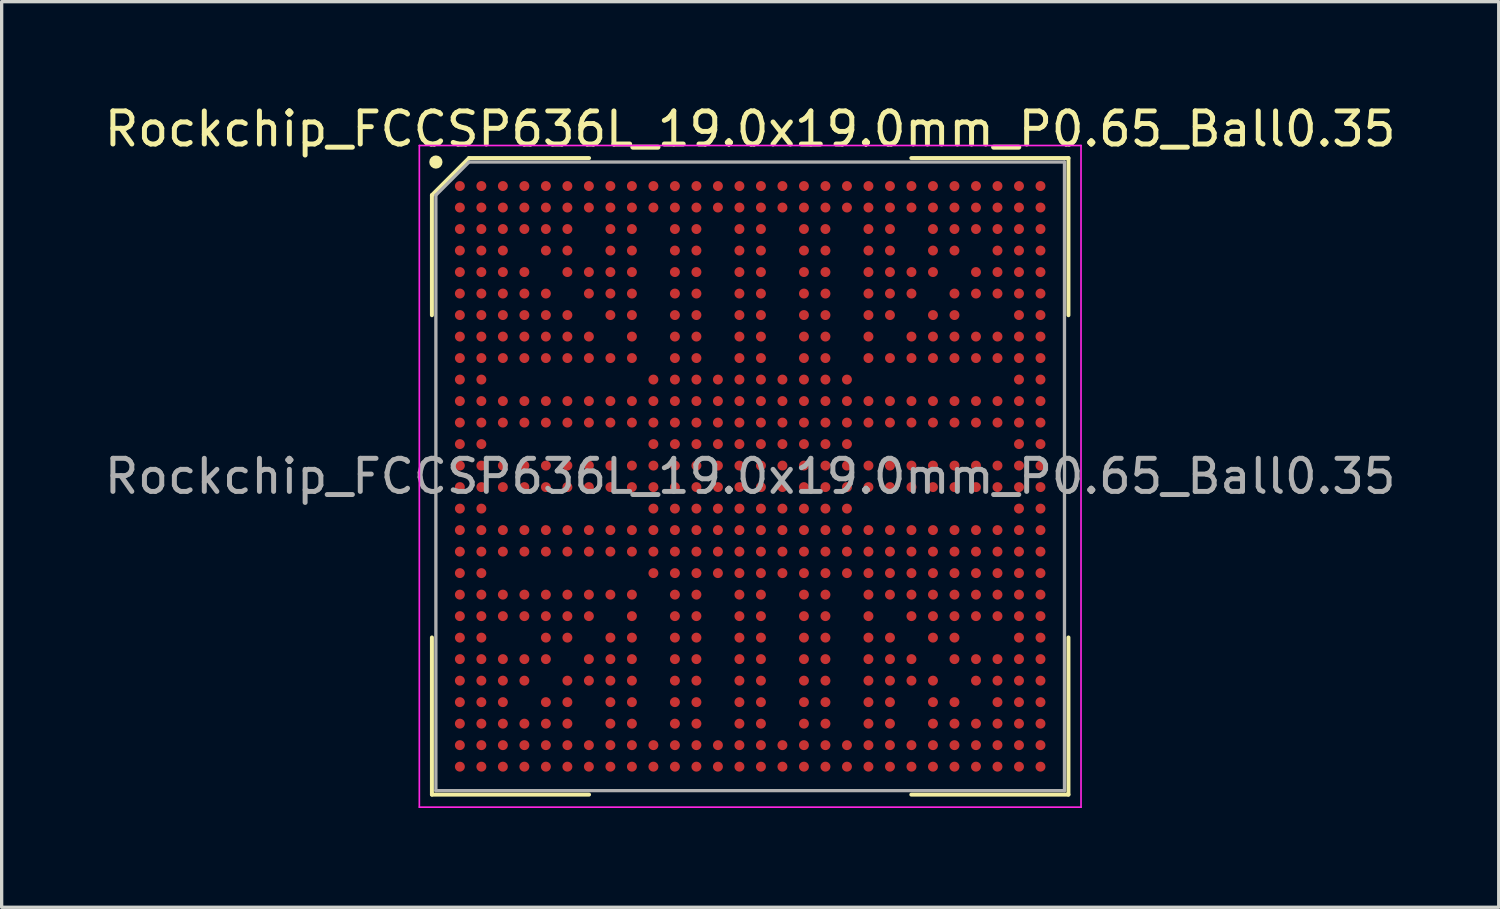
<source format=kicad_pcb>
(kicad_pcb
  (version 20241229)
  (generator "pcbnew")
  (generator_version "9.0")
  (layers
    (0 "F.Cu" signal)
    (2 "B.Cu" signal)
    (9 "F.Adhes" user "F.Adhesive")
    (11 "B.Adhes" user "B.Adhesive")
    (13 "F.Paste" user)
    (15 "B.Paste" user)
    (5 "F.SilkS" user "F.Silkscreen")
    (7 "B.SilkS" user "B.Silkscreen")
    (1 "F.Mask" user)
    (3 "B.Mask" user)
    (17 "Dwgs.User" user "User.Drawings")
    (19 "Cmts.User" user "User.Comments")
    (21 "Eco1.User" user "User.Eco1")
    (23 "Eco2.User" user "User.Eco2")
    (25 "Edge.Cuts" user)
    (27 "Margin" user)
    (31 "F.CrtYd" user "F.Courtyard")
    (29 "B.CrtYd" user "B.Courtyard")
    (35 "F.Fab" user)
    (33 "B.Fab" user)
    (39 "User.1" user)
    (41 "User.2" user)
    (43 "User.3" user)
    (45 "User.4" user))
  (footprint "Rockchip_FCCSP636L_19.0x19.0mm_P0.65_Ball0.35"
    (layer "F.Cu")
    (at 19.625 11.348)
    (property "Reference" "Rockchip_FCCSP636L_19.0x19.0mm_P0.65_Ball0.35" (at 0 -10.5 0) (layer "F.SilkS") (effects (font (size 1 1) (thickness 0.15))))
    (attr smd)
    (fp_line (start -9.62 -8.5) (end -9.62 -4.87) (stroke (width 0.12) (type default)) (layer "F.SilkS"))
    (fp_line (start -9.62 9.62) (end -9.62 4.87) (stroke (width 0.12) (type default)) (layer "F.SilkS"))
    (fp_line (start -8.5 -9.62) (end -9.62 -8.5) (stroke (width 0.12) (type default)) (layer "F.SilkS"))
    (fp_line (start -4.87 -9.62) (end -8.5 -9.62) (stroke (width 0.12) (type default)) (layer "F.SilkS"))
    (fp_line (start -4.87 9.62) (end -9.62 9.62) (stroke (width 0.12) (type default)) (layer "F.SilkS"))
    (fp_line (start 4.87 -9.62) (end 9.62 -9.62) (stroke (width 0.12) (type default)) (layer "F.SilkS"))
    (fp_line (start 4.87 9.62) (end 9.62 9.62) (stroke (width 0.12) (type default)) (layer "F.SilkS"))
    (fp_line (start 9.62 -9.62) (end 9.62 -4.87) (stroke (width 0.12) (type default)) (layer "F.SilkS"))
    (fp_line (start 9.62 9.62) (end 9.62 4.87) (stroke (width 0.12) (type default)) (layer "F.SilkS"))
    (fp_circle (center -9.5 -9.5) (end -9.5 -9.4) (stroke (width 0.2) (type default)) (fill no) (layer "F.SilkS"))
    (fp_line (start -10 -10) (end 10 -10) (stroke (width 0.05) (type default)) (layer "F.CrtYd"))
    (fp_line (start -10 10) (end -10 -10) (stroke (width 0.05) (type default)) (layer "F.CrtYd"))
    (fp_line (start 10 -10) (end 10 10) (stroke (width 0.05) (type default)) (layer "F.CrtYd"))
    (fp_line (start 10 10) (end -10 10) (stroke (width 0.05) (type default)) (layer "F.CrtYd"))
    (fp_line (start -9.5 -8.5) (end -9.5 9.5) (stroke (width 0.1) (type default)) (layer "F.Fab"))
    (fp_line (start -9.5 9.5) (end 9.5 9.5) (stroke (width 0.1) (type default)) (layer "F.Fab"))
    (fp_line (start -8.5 -9.5) (end -9.5 -8.5) (stroke (width 0.1) (type default)) (layer "F.Fab"))
    (fp_line (start 9.5 -9.5) (end -8.5 -9.5) (stroke (width 0.1) (type default)) (layer "F.Fab"))
    (fp_line (start 9.5 9.5) (end 9.5 -9.5) (stroke (width 0.1) (type default)) (layer "F.Fab"))
    (fp_text user "${REFERENCE}" (at 0 0 0) (layer "F.Fab") (effects (font (size 1 1) (thickness 0.15))))
    (pad "A1" smd circle (at -8.775 -8.775) (size 0.3 0.3) (layers "F.Cu" "F.Mask" "F.Paste"))
    (pad "A2" smd circle (at -8.125 -8.775) (size 0.3 0.3) (layers "F.Cu" "F.Mask" "F.Paste"))
    (pad "A3" smd circle (at -7.475 -8.775) (size 0.3 0.3) (layers "F.Cu" "F.Mask" "F.Paste"))
    (pad "A4" smd circle (at -6.825 -8.775) (size 0.3 0.3) (layers "F.Cu" "F.Mask" "F.Paste"))
    (pad "A5" smd circle (at -6.175 -8.775) (size 0.3 0.3) (layers "F.Cu" "F.Mask" "F.Paste"))
    (pad "A6" smd circle (at -5.525 -8.775) (size 0.3 0.3) (layers "F.Cu" "F.Mask" "F.Paste"))
    (pad "A7" smd circle (at -4.875 -8.775) (size 0.3 0.3) (layers "F.Cu" "F.Mask" "F.Paste"))
    (pad "A8" smd circle (at -4.225 -8.775) (size 0.3 0.3) (layers "F.Cu" "F.Mask" "F.Paste"))
    (pad "A9" smd circle (at -3.575 -8.775) (size 0.3 0.3) (layers "F.Cu" "F.Mask" "F.Paste"))
    (pad "A10" smd circle (at -2.925 -8.775) (size 0.3 0.3) (layers "F.Cu" "F.Mask" "F.Paste"))
    (pad "A11" smd circle (at -2.275 -8.775) (size 0.3 0.3) (layers "F.Cu" "F.Mask" "F.Paste"))
    (pad "A12" smd circle (at -1.625 -8.775) (size 0.3 0.3) (layers "F.Cu" "F.Mask" "F.Paste"))
    (pad "A13" smd circle (at -0.975 -8.775) (size 0.3 0.3) (layers "F.Cu" "F.Mask" "F.Paste"))
    (pad "A14" smd circle (at -0.325 -8.775) (size 0.3 0.3) (layers "F.Cu" "F.Mask" "F.Paste"))
    (pad "A15" smd circle (at 0.325 -8.775) (size 0.3 0.3) (layers "F.Cu" "F.Mask" "F.Paste"))
    (pad "A16" smd circle (at 0.975 -8.775) (size 0.3 0.3) (layers "F.Cu" "F.Mask" "F.Paste"))
    (pad "A17" smd circle (at 1.625 -8.775) (size 0.3 0.3) (layers "F.Cu" "F.Mask" "F.Paste"))
    (pad "A18" smd circle (at 2.275 -8.775) (size 0.3 0.3) (layers "F.Cu" "F.Mask" "F.Paste"))
    (pad "A19" smd circle (at 2.925 -8.775) (size 0.3 0.3) (layers "F.Cu" "F.Mask" "F.Paste"))
    (pad "A20" smd circle (at 3.575 -8.775) (size 0.3 0.3) (layers "F.Cu" "F.Mask" "F.Paste"))
    (pad "A21" smd circle (at 4.225 -8.775) (size 0.3 0.3) (layers "F.Cu" "F.Mask" "F.Paste"))
    (pad "A22" smd circle (at 4.875 -8.775) (size 0.3 0.3) (layers "F.Cu" "F.Mask" "F.Paste"))
    (pad "A23" smd circle (at 5.525 -8.775) (size 0.3 0.3) (layers "F.Cu" "F.Mask" "F.Paste"))
    (pad "A24" smd circle (at 6.175 -8.775) (size 0.3 0.3) (layers "F.Cu" "F.Mask" "F.Paste"))
    (pad "A25" smd circle (at 6.825 -8.775) (size 0.3 0.3) (layers "F.Cu" "F.Mask" "F.Paste"))
    (pad "A26" smd circle (at 7.475 -8.775) (size 0.3 0.3) (layers "F.Cu" "F.Mask" "F.Paste"))
    (pad "A27" smd circle (at 8.125 -8.775) (size 0.3 0.3) (layers "F.Cu" "F.Mask" "F.Paste"))
    (pad "A28" smd circle (at 8.775 -8.775) (size 0.3 0.3) (layers "F.Cu" "F.Mask" "F.Paste"))
    (pad "AA1" smd circle (at -8.775 4.225) (size 0.3 0.3) (layers "F.Cu" "F.Mask" "F.Paste"))
    (pad "AA2" smd circle (at -8.125 4.225) (size 0.3 0.3) (layers "F.Cu" "F.Mask" "F.Paste"))
    (pad "AA3" smd circle (at -7.475 4.225) (size 0.3 0.3) (layers "F.Cu" "F.Mask" "F.Paste"))
    (pad "AA4" smd circle (at -6.825 4.225) (size 0.3 0.3) (layers "F.Cu" "F.Mask" "F.Paste"))
    (pad "AA5" smd circle (at -6.175 4.225) (size 0.3 0.3) (layers "F.Cu" "F.Mask" "F.Paste"))
    (pad "AA6" smd circle (at -5.525 4.225) (size 0.3 0.3) (layers "F.Cu" "F.Mask" "F.Paste"))
    (pad "AA7" smd circle (at -4.875 4.225) (size 0.3 0.3) (layers "F.Cu" "F.Mask" "F.Paste"))
    (pad "AA9" smd circle (at -3.575 4.225) (size 0.3 0.3) (layers "F.Cu" "F.Mask" "F.Paste"))
    (pad "AA11" smd circle (at -2.275 4.225) (size 0.3 0.3) (layers "F.Cu" "F.Mask" "F.Paste"))
    (pad "AA12" smd circle (at -1.625 4.225) (size 0.3 0.3) (layers "F.Cu" "F.Mask" "F.Paste"))
    (pad "AA14" smd circle (at -0.325 4.225) (size 0.3 0.3) (layers "F.Cu" "F.Mask" "F.Paste"))
    (pad "AA15" smd circle (at 0.325 4.225) (size 0.3 0.3) (layers "F.Cu" "F.Mask" "F.Paste"))
    (pad "AA17" smd circle (at 1.625 4.225) (size 0.3 0.3) (layers "F.Cu" "F.Mask" "F.Paste"))
    (pad "AA18" smd circle (at 2.275 4.225) (size 0.3 0.3) (layers "F.Cu" "F.Mask" "F.Paste"))
    (pad "AA20" smd circle (at 3.575 4.225) (size 0.3 0.3) (layers "F.Cu" "F.Mask" "F.Paste"))
    (pad "AA22" smd circle (at 4.875 4.225) (size 0.3 0.3) (layers "F.Cu" "F.Mask" "F.Paste"))
    (pad "AA23" smd circle (at 5.525 4.225) (size 0.3 0.3) (layers "F.Cu" "F.Mask" "F.Paste"))
    (pad "AA24" smd circle (at 6.175 4.225) (size 0.3 0.3) (layers "F.Cu" "F.Mask" "F.Paste"))
    (pad "AA25" smd circle (at 6.825 4.225) (size 0.3 0.3) (layers "F.Cu" "F.Mask" "F.Paste"))
    (pad "AA26" smd circle (at 7.475 4.225) (size 0.3 0.3) (layers "F.Cu" "F.Mask" "F.Paste"))
    (pad "AA27" smd circle (at 8.125 4.225) (size 0.3 0.3) (layers "F.Cu" "F.Mask" "F.Paste"))
    (pad "AA28" smd circle (at 8.775 4.225) (size 0.3 0.3) (layers "F.Cu" "F.Mask" "F.Paste"))
    (pad "AB1" smd circle (at -8.775 4.875) (size 0.3 0.3) (layers "F.Cu" "F.Mask" "F.Paste"))
    (pad "AB2" smd circle (at -8.125 4.875) (size 0.3 0.3) (layers "F.Cu" "F.Mask" "F.Paste"))
    (pad "AB5" smd circle (at -6.175 4.875) (size 0.3 0.3) (layers "F.Cu" "F.Mask" "F.Paste"))
    (pad "AB6" smd circle (at -5.525 4.875) (size 0.3 0.3) (layers "F.Cu" "F.Mask" "F.Paste"))
    (pad "AB8" smd circle (at -4.225 4.875) (size 0.3 0.3) (layers "F.Cu" "F.Mask" "F.Paste"))
    (pad "AB9" smd circle (at -3.575 4.875) (size 0.3 0.3) (layers "F.Cu" "F.Mask" "F.Paste"))
    (pad "AB11" smd circle (at -2.275 4.875) (size 0.3 0.3) (layers "F.Cu" "F.Mask" "F.Paste"))
    (pad "AB12" smd circle (at -1.625 4.875) (size 0.3 0.3) (layers "F.Cu" "F.Mask" "F.Paste"))
    (pad "AB14" smd circle (at -0.325 4.875) (size 0.3 0.3) (layers "F.Cu" "F.Mask" "F.Paste"))
    (pad "AB15" smd circle (at 0.325 4.875) (size 0.3 0.3) (layers "F.Cu" "F.Mask" "F.Paste"))
    (pad "AB17" smd circle (at 1.625 4.875) (size 0.3 0.3) (layers "F.Cu" "F.Mask" "F.Paste"))
    (pad "AB18" smd circle (at 2.275 4.875) (size 0.3 0.3) (layers "F.Cu" "F.Mask" "F.Paste"))
    (pad "AB20" smd circle (at 3.575 4.875) (size 0.3 0.3) (layers "F.Cu" "F.Mask" "F.Paste"))
    (pad "AB21" smd circle (at 4.225 4.875) (size 0.3 0.3) (layers "F.Cu" "F.Mask" "F.Paste"))
    (pad "AB23" smd circle (at 5.525 4.875) (size 0.3 0.3) (layers "F.Cu" "F.Mask" "F.Paste"))
    (pad "AB24" smd circle (at 6.175 4.875) (size 0.3 0.3) (layers "F.Cu" "F.Mask" "F.Paste"))
    (pad "AB27" smd circle (at 8.125 4.875) (size 0.3 0.3) (layers "F.Cu" "F.Mask" "F.Paste"))
    (pad "AB28" smd circle (at 8.775 4.875) (size 0.3 0.3) (layers "F.Cu" "F.Mask" "F.Paste"))
    (pad "AC1" smd circle (at -8.775 5.525) (size 0.3 0.3) (layers "F.Cu" "F.Mask" "F.Paste"))
    (pad "AC2" smd circle (at -8.125 5.525) (size 0.3 0.3) (layers "F.Cu" "F.Mask" "F.Paste"))
    (pad "AC3" smd circle (at -7.475 5.525) (size 0.3 0.3) (layers "F.Cu" "F.Mask" "F.Paste"))
    (pad "AC4" smd circle (at -6.825 5.525) (size 0.3 0.3) (layers "F.Cu" "F.Mask" "F.Paste"))
    (pad "AC5" smd circle (at -6.175 5.525) (size 0.3 0.3) (layers "F.Cu" "F.Mask" "F.Paste"))
    (pad "AC7" smd circle (at -4.875 5.525) (size 0.3 0.3) (layers "F.Cu" "F.Mask" "F.Paste"))
    (pad "AC8" smd circle (at -4.225 5.525) (size 0.3 0.3) (layers "F.Cu" "F.Mask" "F.Paste"))
    (pad "AC9" smd circle (at -3.575 5.525) (size 0.3 0.3) (layers "F.Cu" "F.Mask" "F.Paste"))
    (pad "AC11" smd circle (at -2.275 5.525) (size 0.3 0.3) (layers "F.Cu" "F.Mask" "F.Paste"))
    (pad "AC12" smd circle (at -1.625 5.525) (size 0.3 0.3) (layers "F.Cu" "F.Mask" "F.Paste"))
    (pad "AC14" smd circle (at -0.325 5.525) (size 0.3 0.3) (layers "F.Cu" "F.Mask" "F.Paste"))
    (pad "AC15" smd circle (at 0.325 5.525) (size 0.3 0.3) (layers "F.Cu" "F.Mask" "F.Paste"))
    (pad "AC17" smd circle (at 1.625 5.525) (size 0.3 0.3) (layers "F.Cu" "F.Mask" "F.Paste"))
    (pad "AC18" smd circle (at 2.275 5.525) (size 0.3 0.3) (layers "F.Cu" "F.Mask" "F.Paste"))
    (pad "AC20" smd circle (at 3.575 5.525) (size 0.3 0.3) (layers "F.Cu" "F.Mask" "F.Paste"))
    (pad "AC21" smd circle (at 4.225 5.525) (size 0.3 0.3) (layers "F.Cu" "F.Mask" "F.Paste"))
    (pad "AC22" smd circle (at 4.875 5.525) (size 0.3 0.3) (layers "F.Cu" "F.Mask" "F.Paste"))
    (pad "AC24" smd circle (at 6.175 5.525) (size 0.3 0.3) (layers "F.Cu" "F.Mask" "F.Paste"))
    (pad "AC25" smd circle (at 6.825 5.525) (size 0.3 0.3) (layers "F.Cu" "F.Mask" "F.Paste"))
    (pad "AC26" smd circle (at 7.475 5.525) (size 0.3 0.3) (layers "F.Cu" "F.Mask" "F.Paste"))
    (pad "AC27" smd circle (at 8.125 5.525) (size 0.3 0.3) (layers "F.Cu" "F.Mask" "F.Paste"))
    (pad "AC28" smd circle (at 8.775 5.525) (size 0.3 0.3) (layers "F.Cu" "F.Mask" "F.Paste"))
    (pad "AD1" smd circle (at -8.775 6.175) (size 0.3 0.3) (layers "F.Cu" "F.Mask" "F.Paste"))
    (pad "AD2" smd circle (at -8.125 6.175) (size 0.3 0.3) (layers "F.Cu" "F.Mask" "F.Paste"))
    (pad "AD3" smd circle (at -7.475 6.175) (size 0.3 0.3) (layers "F.Cu" "F.Mask" "F.Paste"))
    (pad "AD4" smd circle (at -6.825 6.175) (size 0.3 0.3) (layers "F.Cu" "F.Mask" "F.Paste"))
    (pad "AD6" smd circle (at -5.525 6.175) (size 0.3 0.3) (layers "F.Cu" "F.Mask" "F.Paste"))
    (pad "AD7" smd circle (at -4.875 6.175) (size 0.3 0.3) (layers "F.Cu" "F.Mask" "F.Paste"))
    (pad "AD8" smd circle (at -4.225 6.175) (size 0.3 0.3) (layers "F.Cu" "F.Mask" "F.Paste"))
    (pad "AD9" smd circle (at -3.575 6.175) (size 0.3 0.3) (layers "F.Cu" "F.Mask" "F.Paste"))
    (pad "AD11" smd circle (at -2.275 6.175) (size 0.3 0.3) (layers "F.Cu" "F.Mask" "F.Paste"))
    (pad "AD12" smd circle (at -1.625 6.175) (size 0.3 0.3) (layers "F.Cu" "F.Mask" "F.Paste"))
    (pad "AD14" smd circle (at -0.325 6.175) (size 0.3 0.3) (layers "F.Cu" "F.Mask" "F.Paste"))
    (pad "AD15" smd circle (at 0.325 6.175) (size 0.3 0.3) (layers "F.Cu" "F.Mask" "F.Paste"))
    (pad "AD17" smd circle (at 1.625 6.175) (size 0.3 0.3) (layers "F.Cu" "F.Mask" "F.Paste"))
    (pad "AD18" smd circle (at 2.275 6.175) (size 0.3 0.3) (layers "F.Cu" "F.Mask" "F.Paste"))
    (pad "AD20" smd circle (at 3.575 6.175) (size 0.3 0.3) (layers "F.Cu" "F.Mask" "F.Paste"))
    (pad "AD21" smd circle (at 4.225 6.175) (size 0.3 0.3) (layers "F.Cu" "F.Mask" "F.Paste"))
    (pad "AD22" smd circle (at 4.875 6.175) (size 0.3 0.3) (layers "F.Cu" "F.Mask" "F.Paste"))
    (pad "AD23" smd circle (at 5.525 6.175) (size 0.3 0.3) (layers "F.Cu" "F.Mask" "F.Paste"))
    (pad "AD25" smd circle (at 6.825 6.175) (size 0.3 0.3) (layers "F.Cu" "F.Mask" "F.Paste"))
    (pad "AD26" smd circle (at 7.475 6.175) (size 0.3 0.3) (layers "F.Cu" "F.Mask" "F.Paste"))
    (pad "AD27" smd circle (at 8.125 6.175) (size 0.3 0.3) (layers "F.Cu" "F.Mask" "F.Paste"))
    (pad "AD28" smd circle (at 8.775 6.175) (size 0.3 0.3) (layers "F.Cu" "F.Mask" "F.Paste"))
    (pad "AE1" smd circle (at -8.775 6.825) (size 0.3 0.3) (layers "F.Cu" "F.Mask" "F.Paste"))
    (pad "AE2" smd circle (at -8.125 6.825) (size 0.3 0.3) (layers "F.Cu" "F.Mask" "F.Paste"))
    (pad "AE3" smd circle (at -7.475 6.825) (size 0.3 0.3) (layers "F.Cu" "F.Mask" "F.Paste"))
    (pad "AE5" smd circle (at -6.175 6.825) (size 0.3 0.3) (layers "F.Cu" "F.Mask" "F.Paste"))
    (pad "AE6" smd circle (at -5.525 6.825) (size 0.3 0.3) (layers "F.Cu" "F.Mask" "F.Paste"))
    (pad "AE8" smd circle (at -4.225 6.825) (size 0.3 0.3) (layers "F.Cu" "F.Mask" "F.Paste"))
    (pad "AE9" smd circle (at -3.575 6.825) (size 0.3 0.3) (layers "F.Cu" "F.Mask" "F.Paste"))
    (pad "AE11" smd circle (at -2.275 6.825) (size 0.3 0.3) (layers "F.Cu" "F.Mask" "F.Paste"))
    (pad "AE12" smd circle (at -1.625 6.825) (size 0.3 0.3) (layers "F.Cu" "F.Mask" "F.Paste"))
    (pad "AE14" smd circle (at -0.325 6.825) (size 0.3 0.3) (layers "F.Cu" "F.Mask" "F.Paste"))
    (pad "AE15" smd circle (at 0.325 6.825) (size 0.3 0.3) (layers "F.Cu" "F.Mask" "F.Paste"))
    (pad "AE17" smd circle (at 1.625 6.825) (size 0.3 0.3) (layers "F.Cu" "F.Mask" "F.Paste"))
    (pad "AE18" smd circle (at 2.275 6.825) (size 0.3 0.3) (layers "F.Cu" "F.Mask" "F.Paste"))
    (pad "AE20" smd circle (at 3.575 6.825) (size 0.3 0.3) (layers "F.Cu" "F.Mask" "F.Paste"))
    (pad "AE21" smd circle (at 4.225 6.825) (size 0.3 0.3) (layers "F.Cu" "F.Mask" "F.Paste"))
    (pad "AE23" smd circle (at 5.525 6.825) (size 0.3 0.3) (layers "F.Cu" "F.Mask" "F.Paste"))
    (pad "AE24" smd circle (at 6.175 6.825) (size 0.3 0.3) (layers "F.Cu" "F.Mask" "F.Paste"))
    (pad "AE26" smd circle (at 7.475 6.825) (size 0.3 0.3) (layers "F.Cu" "F.Mask" "F.Paste"))
    (pad "AE27" smd circle (at 8.125 6.825) (size 0.3 0.3) (layers "F.Cu" "F.Mask" "F.Paste"))
    (pad "AE28" smd circle (at 8.775 6.825) (size 0.3 0.3) (layers "F.Cu" "F.Mask" "F.Paste"))
    (pad "AF1" smd circle (at -8.775 7.475) (size 0.3 0.3) (layers "F.Cu" "F.Mask" "F.Paste"))
    (pad "AF2" smd circle (at -8.125 7.475) (size 0.3 0.3) (layers "F.Cu" "F.Mask" "F.Paste"))
    (pad "AF3" smd circle (at -7.475 7.475) (size 0.3 0.3) (layers "F.Cu" "F.Mask" "F.Paste"))
    (pad "AF4" smd circle (at -6.825 7.475) (size 0.3 0.3) (layers "F.Cu" "F.Mask" "F.Paste"))
    (pad "AF5" smd circle (at -6.175 7.475) (size 0.3 0.3) (layers "F.Cu" "F.Mask" "F.Paste"))
    (pad "AF6" smd circle (at -5.525 7.475) (size 0.3 0.3) (layers "F.Cu" "F.Mask" "F.Paste"))
    (pad "AF8" smd circle (at -4.225 7.475) (size 0.3 0.3) (layers "F.Cu" "F.Mask" "F.Paste"))
    (pad "AF9" smd circle (at -3.575 7.475) (size 0.3 0.3) (layers "F.Cu" "F.Mask" "F.Paste"))
    (pad "AF11" smd circle (at -2.275 7.475) (size 0.3 0.3) (layers "F.Cu" "F.Mask" "F.Paste"))
    (pad "AF12" smd circle (at -1.625 7.475) (size 0.3 0.3) (layers "F.Cu" "F.Mask" "F.Paste"))
    (pad "AF14" smd circle (at -0.325 7.475) (size 0.3 0.3) (layers "F.Cu" "F.Mask" "F.Paste"))
    (pad "AF15" smd circle (at 0.325 7.475) (size 0.3 0.3) (layers "F.Cu" "F.Mask" "F.Paste"))
    (pad "AF17" smd circle (at 1.625 7.475) (size 0.3 0.3) (layers "F.Cu" "F.Mask" "F.Paste"))
    (pad "AF18" smd circle (at 2.275 7.475) (size 0.3 0.3) (layers "F.Cu" "F.Mask" "F.Paste"))
    (pad "AF20" smd circle (at 3.575 7.475) (size 0.3 0.3) (layers "F.Cu" "F.Mask" "F.Paste"))
    (pad "AF21" smd circle (at 4.225 7.475) (size 0.3 0.3) (layers "F.Cu" "F.Mask" "F.Paste"))
    (pad "AF23" smd circle (at 5.525 7.475) (size 0.3 0.3) (layers "F.Cu" "F.Mask" "F.Paste"))
    (pad "AF24" smd circle (at 6.175 7.475) (size 0.3 0.3) (layers "F.Cu" "F.Mask" "F.Paste"))
    (pad "AF25" smd circle (at 6.825 7.475) (size 0.3 0.3) (layers "F.Cu" "F.Mask" "F.Paste"))
    (pad "AF26" smd circle (at 7.475 7.475) (size 0.3 0.3) (layers "F.Cu" "F.Mask" "F.Paste"))
    (pad "AF27" smd circle (at 8.125 7.475) (size 0.3 0.3) (layers "F.Cu" "F.Mask" "F.Paste"))
    (pad "AF28" smd circle (at 8.775 7.475) (size 0.3 0.3) (layers "F.Cu" "F.Mask" "F.Paste"))
    (pad "AG1" smd circle (at -8.775 8.125) (size 0.3 0.3) (layers "F.Cu" "F.Mask" "F.Paste"))
    (pad "AG2" smd circle (at -8.125 8.125) (size 0.3 0.3) (layers "F.Cu" "F.Mask" "F.Paste"))
    (pad "AG3" smd circle (at -7.475 8.125) (size 0.3 0.3) (layers "F.Cu" "F.Mask" "F.Paste"))
    (pad "AG4" smd circle (at -6.825 8.125) (size 0.3 0.3) (layers "F.Cu" "F.Mask" "F.Paste"))
    (pad "AG5" smd circle (at -6.175 8.125) (size 0.3 0.3) (layers "F.Cu" "F.Mask" "F.Paste"))
    (pad "AG6" smd circle (at -5.525 8.125) (size 0.3 0.3) (layers "F.Cu" "F.Mask" "F.Paste"))
    (pad "AG7" smd circle (at -4.875 8.125) (size 0.3 0.3) (layers "F.Cu" "F.Mask" "F.Paste"))
    (pad "AG8" smd circle (at -4.225 8.125) (size 0.3 0.3) (layers "F.Cu" "F.Mask" "F.Paste"))
    (pad "AG9" smd circle (at -3.575 8.125) (size 0.3 0.3) (layers "F.Cu" "F.Mask" "F.Paste"))
    (pad "AG10" smd circle (at -2.925 8.125) (size 0.3 0.3) (layers "F.Cu" "F.Mask" "F.Paste"))
    (pad "AG11" smd circle (at -2.275 8.125) (size 0.3 0.3) (layers "F.Cu" "F.Mask" "F.Paste"))
    (pad "AG12" smd circle (at -1.625 8.125) (size 0.3 0.3) (layers "F.Cu" "F.Mask" "F.Paste"))
    (pad "AG13" smd circle (at -0.975 8.125) (size 0.3 0.3) (layers "F.Cu" "F.Mask" "F.Paste"))
    (pad "AG14" smd circle (at -0.325 8.125) (size 0.3 0.3) (layers "F.Cu" "F.Mask" "F.Paste"))
    (pad "AG15" smd circle (at 0.325 8.125) (size 0.3 0.3) (layers "F.Cu" "F.Mask" "F.Paste"))
    (pad "AG16" smd circle (at 0.975 8.125) (size 0.3 0.3) (layers "F.Cu" "F.Mask" "F.Paste"))
    (pad "AG17" smd circle (at 1.625 8.125) (size 0.3 0.3) (layers "F.Cu" "F.Mask" "F.Paste"))
    (pad "AG18" smd circle (at 2.275 8.125) (size 0.3 0.3) (layers "F.Cu" "F.Mask" "F.Paste"))
    (pad "AG19" smd circle (at 2.925 8.125) (size 0.3 0.3) (layers "F.Cu" "F.Mask" "F.Paste"))
    (pad "AG20" smd circle (at 3.575 8.125) (size 0.3 0.3) (layers "F.Cu" "F.Mask" "F.Paste"))
    (pad "AG21" smd circle (at 4.225 8.125) (size 0.3 0.3) (layers "F.Cu" "F.Mask" "F.Paste"))
    (pad "AG22" smd circle (at 4.875 8.125) (size 0.3 0.3) (layers "F.Cu" "F.Mask" "F.Paste"))
    (pad "AG23" smd circle (at 5.525 8.125) (size 0.3 0.3) (layers "F.Cu" "F.Mask" "F.Paste"))
    (pad "AG24" smd circle (at 6.175 8.125) (size 0.3 0.3) (layers "F.Cu" "F.Mask" "F.Paste"))
    (pad "AG25" smd circle (at 6.825 8.125) (size 0.3 0.3) (layers "F.Cu" "F.Mask" "F.Paste"))
    (pad "AG26" smd circle (at 7.475 8.125) (size 0.3 0.3) (layers "F.Cu" "F.Mask" "F.Paste"))
    (pad "AG27" smd circle (at 8.125 8.125) (size 0.3 0.3) (layers "F.Cu" "F.Mask" "F.Paste"))
    (pad "AG28" smd circle (at 8.775 8.125) (size 0.3 0.3) (layers "F.Cu" "F.Mask" "F.Paste"))
    (pad "AH1" smd circle (at -8.775 8.775) (size 0.3 0.3) (layers "F.Cu" "F.Mask" "F.Paste"))
    (pad "AH2" smd circle (at -8.125 8.775) (size 0.3 0.3) (layers "F.Cu" "F.Mask" "F.Paste"))
    (pad "AH3" smd circle (at -7.475 8.775) (size 0.3 0.3) (layers "F.Cu" "F.Mask" "F.Paste"))
    (pad "AH4" smd circle (at -6.825 8.775) (size 0.3 0.3) (layers "F.Cu" "F.Mask" "F.Paste"))
    (pad "AH5" smd circle (at -6.175 8.775) (size 0.3 0.3) (layers "F.Cu" "F.Mask" "F.Paste"))
    (pad "AH6" smd circle (at -5.525 8.775) (size 0.3 0.3) (layers "F.Cu" "F.Mask" "F.Paste"))
    (pad "AH7" smd circle (at -4.875 8.775) (size 0.3 0.3) (layers "F.Cu" "F.Mask" "F.Paste"))
    (pad "AH8" smd circle (at -4.225 8.775) (size 0.3 0.3) (layers "F.Cu" "F.Mask" "F.Paste"))
    (pad "AH9" smd circle (at -3.575 8.775) (size 0.3 0.3) (layers "F.Cu" "F.Mask" "F.Paste"))
    (pad "AH10" smd circle (at -2.925 8.775) (size 0.3 0.3) (layers "F.Cu" "F.Mask" "F.Paste"))
    (pad "AH11" smd circle (at -2.275 8.775) (size 0.3 0.3) (layers "F.Cu" "F.Mask" "F.Paste"))
    (pad "AH12" smd circle (at -1.625 8.775) (size 0.3 0.3) (layers "F.Cu" "F.Mask" "F.Paste"))
    (pad "AH13" smd circle (at -0.975 8.775) (size 0.3 0.3) (layers "F.Cu" "F.Mask" "F.Paste"))
    (pad "AH14" smd circle (at -0.325 8.775) (size 0.3 0.3) (layers "F.Cu" "F.Mask" "F.Paste"))
    (pad "AH15" smd circle (at 0.325 8.775) (size 0.3 0.3) (layers "F.Cu" "F.Mask" "F.Paste"))
    (pad "AH16" smd circle (at 0.975 8.775) (size 0.3 0.3) (layers "F.Cu" "F.Mask" "F.Paste"))
    (pad "AH17" smd circle (at 1.625 8.775) (size 0.3 0.3) (layers "F.Cu" "F.Mask" "F.Paste"))
    (pad "AH18" smd circle (at 2.275 8.775) (size 0.3 0.3) (layers "F.Cu" "F.Mask" "F.Paste"))
    (pad "AH19" smd circle (at 2.925 8.775) (size 0.3 0.3) (layers "F.Cu" "F.Mask" "F.Paste"))
    (pad "AH20" smd circle (at 3.575 8.775) (size 0.3 0.3) (layers "F.Cu" "F.Mask" "F.Paste"))
    (pad "AH21" smd circle (at 4.225 8.775) (size 0.3 0.3) (layers "F.Cu" "F.Mask" "F.Paste"))
    (pad "AH22" smd circle (at 4.875 8.775) (size 0.3 0.3) (layers "F.Cu" "F.Mask" "F.Paste"))
    (pad "AH23" smd circle (at 5.525 8.775) (size 0.3 0.3) (layers "F.Cu" "F.Mask" "F.Paste"))
    (pad "AH24" smd circle (at 6.175 8.775) (size 0.3 0.3) (layers "F.Cu" "F.Mask" "F.Paste"))
    (pad "AH25" smd circle (at 6.825 8.775) (size 0.3 0.3) (layers "F.Cu" "F.Mask" "F.Paste"))
    (pad "AH26" smd circle (at 7.475 8.775) (size 0.3 0.3) (layers "F.Cu" "F.Mask" "F.Paste"))
    (pad "AH27" smd circle (at 8.125 8.775) (size 0.3 0.3) (layers "F.Cu" "F.Mask" "F.Paste"))
    (pad "AH28" smd circle (at 8.775 8.775) (size 0.3 0.3) (layers "F.Cu" "F.Mask" "F.Paste"))
    (pad "B1" smd circle (at -8.775 -8.125) (size 0.3 0.3) (layers "F.Cu" "F.Mask" "F.Paste"))
    (pad "B2" smd circle (at -8.125 -8.125) (size 0.3 0.3) (layers "F.Cu" "F.Mask" "F.Paste"))
    (pad "B3" smd circle (at -7.475 -8.125) (size 0.3 0.3) (layers "F.Cu" "F.Mask" "F.Paste"))
    (pad "B4" smd circle (at -6.825 -8.125) (size 0.3 0.3) (layers "F.Cu" "F.Mask" "F.Paste"))
    (pad "B5" smd circle (at -6.175 -8.125) (size 0.3 0.3) (layers "F.Cu" "F.Mask" "F.Paste"))
    (pad "B6" smd circle (at -5.525 -8.125) (size 0.3 0.3) (layers "F.Cu" "F.Mask" "F.Paste"))
    (pad "B7" smd circle (at -4.875 -8.125) (size 0.3 0.3) (layers "F.Cu" "F.Mask" "F.Paste"))
    (pad "B8" smd circle (at -4.225 -8.125) (size 0.3 0.3) (layers "F.Cu" "F.Mask" "F.Paste"))
    (pad "B9" smd circle (at -3.575 -8.125) (size 0.3 0.3) (layers "F.Cu" "F.Mask" "F.Paste"))
    (pad "B10" smd circle (at -2.925 -8.125) (size 0.3 0.3) (layers "F.Cu" "F.Mask" "F.Paste"))
    (pad "B11" smd circle (at -2.275 -8.125) (size 0.3 0.3) (layers "F.Cu" "F.Mask" "F.Paste"))
    (pad "B12" smd circle (at -1.625 -8.125) (size 0.3 0.3) (layers "F.Cu" "F.Mask" "F.Paste"))
    (pad "B13" smd circle (at -0.975 -8.125) (size 0.3 0.3) (layers "F.Cu" "F.Mask" "F.Paste"))
    (pad "B14" smd circle (at -0.325 -8.125) (size 0.3 0.3) (layers "F.Cu" "F.Mask" "F.Paste"))
    (pad "B15" smd circle (at 0.325 -8.125) (size 0.3 0.3) (layers "F.Cu" "F.Mask" "F.Paste"))
    (pad "B16" smd circle (at 0.975 -8.125) (size 0.3 0.3) (layers "F.Cu" "F.Mask" "F.Paste"))
    (pad "B17" smd circle (at 1.625 -8.125) (size 0.3 0.3) (layers "F.Cu" "F.Mask" "F.Paste"))
    (pad "B18" smd circle (at 2.275 -8.125) (size 0.3 0.3) (layers "F.Cu" "F.Mask" "F.Paste"))
    (pad "B19" smd circle (at 2.925 -8.125) (size 0.3 0.3) (layers "F.Cu" "F.Mask" "F.Paste"))
    (pad "B20" smd circle (at 3.575 -8.125) (size 0.3 0.3) (layers "F.Cu" "F.Mask" "F.Paste"))
    (pad "B21" smd circle (at 4.225 -8.125) (size 0.3 0.3) (layers "F.Cu" "F.Mask" "F.Paste"))
    (pad "B22" smd circle (at 4.875 -8.125) (size 0.3 0.3) (layers "F.Cu" "F.Mask" "F.Paste"))
    (pad "B23" smd circle (at 5.525 -8.125) (size 0.3 0.3) (layers "F.Cu" "F.Mask" "F.Paste"))
    (pad "B24" smd circle (at 6.175 -8.125) (size 0.3 0.3) (layers "F.Cu" "F.Mask" "F.Paste"))
    (pad "B25" smd circle (at 6.825 -8.125) (size 0.3 0.3) (layers "F.Cu" "F.Mask" "F.Paste"))
    (pad "B26" smd circle (at 7.475 -8.125) (size 0.3 0.3) (layers "F.Cu" "F.Mask" "F.Paste"))
    (pad "B27" smd circle (at 8.125 -8.125) (size 0.3 0.3) (layers "F.Cu" "F.Mask" "F.Paste"))
    (pad "B28" smd circle (at 8.775 -8.125) (size 0.3 0.3) (layers "F.Cu" "F.Mask" "F.Paste"))
    (pad "C1" smd circle (at -8.775 -7.475) (size 0.3 0.3) (layers "F.Cu" "F.Mask" "F.Paste"))
    (pad "C2" smd circle (at -8.125 -7.475) (size 0.3 0.3) (layers "F.Cu" "F.Mask" "F.Paste"))
    (pad "C3" smd circle (at -7.475 -7.475) (size 0.3 0.3) (layers "F.Cu" "F.Mask" "F.Paste"))
    (pad "C4" smd circle (at -6.825 -7.475) (size 0.3 0.3) (layers "F.Cu" "F.Mask" "F.Paste"))
    (pad "C5" smd circle (at -6.175 -7.475) (size 0.3 0.3) (layers "F.Cu" "F.Mask" "F.Paste"))
    (pad "C6" smd circle (at -5.525 -7.475) (size 0.3 0.3) (layers "F.Cu" "F.Mask" "F.Paste"))
    (pad "C8" smd circle (at -4.225 -7.475) (size 0.3 0.3) (layers "F.Cu" "F.Mask" "F.Paste"))
    (pad "C9" smd circle (at -3.575 -7.475) (size 0.3 0.3) (layers "F.Cu" "F.Mask" "F.Paste"))
    (pad "C11" smd circle (at -2.275 -7.475) (size 0.3 0.3) (layers "F.Cu" "F.Mask" "F.Paste"))
    (pad "C12" smd circle (at -1.625 -7.475) (size 0.3 0.3) (layers "F.Cu" "F.Mask" "F.Paste"))
    (pad "C14" smd circle (at -0.325 -7.475) (size 0.3 0.3) (layers "F.Cu" "F.Mask" "F.Paste"))
    (pad "C15" smd circle (at 0.325 -7.475) (size 0.3 0.3) (layers "F.Cu" "F.Mask" "F.Paste"))
    (pad "C17" smd circle (at 1.625 -7.475) (size 0.3 0.3) (layers "F.Cu" "F.Mask" "F.Paste"))
    (pad "C18" smd circle (at 2.275 -7.475) (size 0.3 0.3) (layers "F.Cu" "F.Mask" "F.Paste"))
    (pad "C20" smd circle (at 3.575 -7.475) (size 0.3 0.3) (layers "F.Cu" "F.Mask" "F.Paste"))
    (pad "C21" smd circle (at 4.225 -7.475) (size 0.3 0.3) (layers "F.Cu" "F.Mask" "F.Paste"))
    (pad "C23" smd circle (at 5.525 -7.475) (size 0.3 0.3) (layers "F.Cu" "F.Mask" "F.Paste"))
    (pad "C24" smd circle (at 6.175 -7.475) (size 0.3 0.3) (layers "F.Cu" "F.Mask" "F.Paste"))
    (pad "C25" smd circle (at 6.825 -7.475) (size 0.3 0.3) (layers "F.Cu" "F.Mask" "F.Paste"))
    (pad "C26" smd circle (at 7.475 -7.475) (size 0.3 0.3) (layers "F.Cu" "F.Mask" "F.Paste"))
    (pad "C27" smd circle (at 8.125 -7.475) (size 0.3 0.3) (layers "F.Cu" "F.Mask" "F.Paste"))
    (pad "C28" smd circle (at 8.775 -7.475) (size 0.3 0.3) (layers "F.Cu" "F.Mask" "F.Paste"))
    (pad "D1" smd circle (at -8.775 -6.825) (size 0.3 0.3) (layers "F.Cu" "F.Mask" "F.Paste"))
    (pad "D2" smd circle (at -8.125 -6.825) (size 0.3 0.3) (layers "F.Cu" "F.Mask" "F.Paste"))
    (pad "D3" smd circle (at -7.475 -6.825) (size 0.3 0.3) (layers "F.Cu" "F.Mask" "F.Paste"))
    (pad "D5" smd circle (at -6.175 -6.825) (size 0.3 0.3) (layers "F.Cu" "F.Mask" "F.Paste"))
    (pad "D6" smd circle (at -5.525 -6.825) (size 0.3 0.3) (layers "F.Cu" "F.Mask" "F.Paste"))
    (pad "D8" smd circle (at -4.225 -6.825) (size 0.3 0.3) (layers "F.Cu" "F.Mask" "F.Paste"))
    (pad "D9" smd circle (at -3.575 -6.825) (size 0.3 0.3) (layers "F.Cu" "F.Mask" "F.Paste"))
    (pad "D11" smd circle (at -2.275 -6.825) (size 0.3 0.3) (layers "F.Cu" "F.Mask" "F.Paste"))
    (pad "D12" smd circle (at -1.625 -6.825) (size 0.3 0.3) (layers "F.Cu" "F.Mask" "F.Paste"))
    (pad "D14" smd circle (at -0.325 -6.825) (size 0.3 0.3) (layers "F.Cu" "F.Mask" "F.Paste"))
    (pad "D15" smd circle (at 0.325 -6.825) (size 0.3 0.3) (layers "F.Cu" "F.Mask" "F.Paste"))
    (pad "D17" smd circle (at 1.625 -6.825) (size 0.3 0.3) (layers "F.Cu" "F.Mask" "F.Paste"))
    (pad "D18" smd circle (at 2.275 -6.825) (size 0.3 0.3) (layers "F.Cu" "F.Mask" "F.Paste"))
    (pad "D20" smd circle (at 3.575 -6.825) (size 0.3 0.3) (layers "F.Cu" "F.Mask" "F.Paste"))
    (pad "D21" smd circle (at 4.225 -6.825) (size 0.3 0.3) (layers "F.Cu" "F.Mask" "F.Paste"))
    (pad "D23" smd circle (at 5.525 -6.825) (size 0.3 0.3) (layers "F.Cu" "F.Mask" "F.Paste"))
    (pad "D24" smd circle (at 6.175 -6.825) (size 0.3 0.3) (layers "F.Cu" "F.Mask" "F.Paste"))
    (pad "D26" smd circle (at 7.475 -6.825) (size 0.3 0.3) (layers "F.Cu" "F.Mask" "F.Paste"))
    (pad "D27" smd circle (at 8.125 -6.825) (size 0.3 0.3) (layers "F.Cu" "F.Mask" "F.Paste"))
    (pad "D28" smd circle (at 8.775 -6.825) (size 0.3 0.3) (layers "F.Cu" "F.Mask" "F.Paste"))
    (pad "E1" smd circle (at -8.775 -6.175) (size 0.3 0.3) (layers "F.Cu" "F.Mask" "F.Paste"))
    (pad "E2" smd circle (at -8.125 -6.175) (size 0.3 0.3) (layers "F.Cu" "F.Mask" "F.Paste"))
    (pad "E3" smd circle (at -7.475 -6.175) (size 0.3 0.3) (layers "F.Cu" "F.Mask" "F.Paste"))
    (pad "E4" smd circle (at -6.825 -6.175) (size 0.3 0.3) (layers "F.Cu" "F.Mask" "F.Paste"))
    (pad "E6" smd circle (at -5.525 -6.175) (size 0.3 0.3) (layers "F.Cu" "F.Mask" "F.Paste"))
    (pad "E7" smd circle (at -4.875 -6.175) (size 0.3 0.3) (layers "F.Cu" "F.Mask" "F.Paste"))
    (pad "E8" smd circle (at -4.225 -6.175) (size 0.3 0.3) (layers "F.Cu" "F.Mask" "F.Paste"))
    (pad "E9" smd circle (at -3.575 -6.175) (size 0.3 0.3) (layers "F.Cu" "F.Mask" "F.Paste"))
    (pad "E11" smd circle (at -2.275 -6.175) (size 0.3 0.3) (layers "F.Cu" "F.Mask" "F.Paste"))
    (pad "E12" smd circle (at -1.625 -6.175) (size 0.3 0.3) (layers "F.Cu" "F.Mask" "F.Paste"))
    (pad "E14" smd circle (at -0.325 -6.175) (size 0.3 0.3) (layers "F.Cu" "F.Mask" "F.Paste"))
    (pad "E15" smd circle (at 0.325 -6.175) (size 0.3 0.3) (layers "F.Cu" "F.Mask" "F.Paste"))
    (pad "E17" smd circle (at 1.625 -6.175) (size 0.3 0.3) (layers "F.Cu" "F.Mask" "F.Paste"))
    (pad "E18" smd circle (at 2.275 -6.175) (size 0.3 0.3) (layers "F.Cu" "F.Mask" "F.Paste"))
    (pad "E20" smd circle (at 3.575 -6.175) (size 0.3 0.3) (layers "F.Cu" "F.Mask" "F.Paste"))
    (pad "E21" smd circle (at 4.225 -6.175) (size 0.3 0.3) (layers "F.Cu" "F.Mask" "F.Paste"))
    (pad "E22" smd circle (at 4.875 -6.175) (size 0.3 0.3) (layers "F.Cu" "F.Mask" "F.Paste"))
    (pad "E23" smd circle (at 5.525 -6.175) (size 0.3 0.3) (layers "F.Cu" "F.Mask" "F.Paste"))
    (pad "E25" smd circle (at 6.825 -6.175) (size 0.3 0.3) (layers "F.Cu" "F.Mask" "F.Paste"))
    (pad "E26" smd circle (at 7.475 -6.175) (size 0.3 0.3) (layers "F.Cu" "F.Mask" "F.Paste"))
    (pad "E27" smd circle (at 8.125 -6.175) (size 0.3 0.3) (layers "F.Cu" "F.Mask" "F.Paste"))
    (pad "E28" smd circle (at 8.775 -6.175) (size 0.3 0.3) (layers "F.Cu" "F.Mask" "F.Paste"))
    (pad "F1" smd circle (at -8.775 -5.525) (size 0.3 0.3) (layers "F.Cu" "F.Mask" "F.Paste"))
    (pad "F2" smd circle (at -8.125 -5.525) (size 0.3 0.3) (layers "F.Cu" "F.Mask" "F.Paste"))
    (pad "F3" smd circle (at -7.475 -5.525) (size 0.3 0.3) (layers "F.Cu" "F.Mask" "F.Paste"))
    (pad "F4" smd circle (at -6.825 -5.525) (size 0.3 0.3) (layers "F.Cu" "F.Mask" "F.Paste"))
    (pad "F5" smd circle (at -6.175 -5.525) (size 0.3 0.3) (layers "F.Cu" "F.Mask" "F.Paste"))
    (pad "F7" smd circle (at -4.875 -5.525) (size 0.3 0.3) (layers "F.Cu" "F.Mask" "F.Paste"))
    (pad "F8" smd circle (at -4.225 -5.525) (size 0.3 0.3) (layers "F.Cu" "F.Mask" "F.Paste"))
    (pad "F9" smd circle (at -3.575 -5.525) (size 0.3 0.3) (layers "F.Cu" "F.Mask" "F.Paste"))
    (pad "F11" smd circle (at -2.275 -5.525) (size 0.3 0.3) (layers "F.Cu" "F.Mask" "F.Paste"))
    (pad "F12" smd circle (at -1.625 -5.525) (size 0.3 0.3) (layers "F.Cu" "F.Mask" "F.Paste"))
    (pad "F14" smd circle (at -0.325 -5.525) (size 0.3 0.3) (layers "F.Cu" "F.Mask" "F.Paste"))
    (pad "F15" smd circle (at 0.325 -5.525) (size 0.3 0.3) (layers "F.Cu" "F.Mask" "F.Paste"))
    (pad "F17" smd circle (at 1.625 -5.525) (size 0.3 0.3) (layers "F.Cu" "F.Mask" "F.Paste"))
    (pad "F18" smd circle (at 2.275 -5.525) (size 0.3 0.3) (layers "F.Cu" "F.Mask" "F.Paste"))
    (pad "F20" smd circle (at 3.575 -5.525) (size 0.3 0.3) (layers "F.Cu" "F.Mask" "F.Paste"))
    (pad "F21" smd circle (at 4.225 -5.525) (size 0.3 0.3) (layers "F.Cu" "F.Mask" "F.Paste"))
    (pad "F22" smd circle (at 4.875 -5.525) (size 0.3 0.3) (layers "F.Cu" "F.Mask" "F.Paste"))
    (pad "F24" smd circle (at 6.175 -5.525) (size 0.3 0.3) (layers "F.Cu" "F.Mask" "F.Paste"))
    (pad "F25" smd circle (at 6.825 -5.525) (size 0.3 0.3) (layers "F.Cu" "F.Mask" "F.Paste"))
    (pad "F26" smd circle (at 7.475 -5.525) (size 0.3 0.3) (layers "F.Cu" "F.Mask" "F.Paste"))
    (pad "F27" smd circle (at 8.125 -5.525) (size 0.3 0.3) (layers "F.Cu" "F.Mask" "F.Paste"))
    (pad "F28" smd circle (at 8.775 -5.525) (size 0.3 0.3) (layers "F.Cu" "F.Mask" "F.Paste"))
    (pad "G1" smd circle (at -8.775 -4.875) (size 0.3 0.3) (layers "F.Cu" "F.Mask" "F.Paste"))
    (pad "G2" smd circle (at -8.125 -4.875) (size 0.3 0.3) (layers "F.Cu" "F.Mask" "F.Paste"))
    (pad "G3" smd circle (at -7.475 -4.875) (size 0.3 0.3) (layers "F.Cu" "F.Mask" "F.Paste"))
    (pad "G4" smd circle (at -6.825 -4.875) (size 0.3 0.3) (layers "F.Cu" "F.Mask" "F.Paste"))
    (pad "G5" smd circle (at -6.175 -4.875) (size 0.3 0.3) (layers "F.Cu" "F.Mask" "F.Paste"))
    (pad "G6" smd circle (at -5.525 -4.875) (size 0.3 0.3) (layers "F.Cu" "F.Mask" "F.Paste"))
    (pad "G8" smd circle (at -4.225 -4.875) (size 0.3 0.3) (layers "F.Cu" "F.Mask" "F.Paste"))
    (pad "G9" smd circle (at -3.575 -4.875) (size 0.3 0.3) (layers "F.Cu" "F.Mask" "F.Paste"))
    (pad "G11" smd circle (at -2.275 -4.875) (size 0.3 0.3) (layers "F.Cu" "F.Mask" "F.Paste"))
    (pad "G12" smd circle (at -1.625 -4.875) (size 0.3 0.3) (layers "F.Cu" "F.Mask" "F.Paste"))
    (pad "G14" smd circle (at -0.325 -4.875) (size 0.3 0.3) (layers "F.Cu" "F.Mask" "F.Paste"))
    (pad "G15" smd circle (at 0.325 -4.875) (size 0.3 0.3) (layers "F.Cu" "F.Mask" "F.Paste"))
    (pad "G17" smd circle (at 1.625 -4.875) (size 0.3 0.3) (layers "F.Cu" "F.Mask" "F.Paste"))
    (pad "G18" smd circle (at 2.275 -4.875) (size 0.3 0.3) (layers "F.Cu" "F.Mask" "F.Paste"))
    (pad "G20" smd circle (at 3.575 -4.875) (size 0.3 0.3) (layers "F.Cu" "F.Mask" "F.Paste"))
    (pad "G21" smd circle (at 4.225 -4.875) (size 0.3 0.3) (layers "F.Cu" "F.Mask" "F.Paste"))
    (pad "G23" smd circle (at 5.525 -4.875) (size 0.3 0.3) (layers "F.Cu" "F.Mask" "F.Paste"))
    (pad "G24" smd circle (at 6.175 -4.875) (size 0.3 0.3) (layers "F.Cu" "F.Mask" "F.Paste"))
    (pad "G27" smd circle (at 8.125 -4.875) (size 0.3 0.3) (layers "F.Cu" "F.Mask" "F.Paste"))
    (pad "G28" smd circle (at 8.775 -4.875) (size 0.3 0.3) (layers "F.Cu" "F.Mask" "F.Paste"))
    (pad "H1" smd circle (at -8.775 -4.225) (size 0.3 0.3) (layers "F.Cu" "F.Mask" "F.Paste"))
    (pad "H2" smd circle (at -8.125 -4.225) (size 0.3 0.3) (layers "F.Cu" "F.Mask" "F.Paste"))
    (pad "H3" smd circle (at -7.475 -4.225) (size 0.3 0.3) (layers "F.Cu" "F.Mask" "F.Paste"))
    (pad "H4" smd circle (at -6.825 -4.225) (size 0.3 0.3) (layers "F.Cu" "F.Mask" "F.Paste"))
    (pad "H5" smd circle (at -6.175 -4.225) (size 0.3 0.3) (layers "F.Cu" "F.Mask" "F.Paste"))
    (pad "H6" smd circle (at -5.525 -4.225) (size 0.3 0.3) (layers "F.Cu" "F.Mask" "F.Paste"))
    (pad "H7" smd circle (at -4.875 -4.225) (size 0.3 0.3) (layers "F.Cu" "F.Mask" "F.Paste"))
    (pad "H9" smd circle (at -3.575 -4.225) (size 0.3 0.3) (layers "F.Cu" "F.Mask" "F.Paste"))
    (pad "H11" smd circle (at -2.275 -4.225) (size 0.3 0.3) (layers "F.Cu" "F.Mask" "F.Paste"))
    (pad "H12" smd circle (at -1.625 -4.225) (size 0.3 0.3) (layers "F.Cu" "F.Mask" "F.Paste"))
    (pad "H14" smd circle (at -0.325 -4.225) (size 0.3 0.3) (layers "F.Cu" "F.Mask" "F.Paste"))
    (pad "H15" smd circle (at 0.325 -4.225) (size 0.3 0.3) (layers "F.Cu" "F.Mask" "F.Paste"))
    (pad "H17" smd circle (at 1.625 -4.225) (size 0.3 0.3) (layers "F.Cu" "F.Mask" "F.Paste"))
    (pad "H18" smd circle (at 2.275 -4.225) (size 0.3 0.3) (layers "F.Cu" "F.Mask" "F.Paste"))
    (pad "H20" smd circle (at 3.575 -4.225) (size 0.3 0.3) (layers "F.Cu" "F.Mask" "F.Paste"))
    (pad "H22" smd circle (at 4.875 -4.225) (size 0.3 0.3) (layers "F.Cu" "F.Mask" "F.Paste"))
    (pad "H23" smd circle (at 5.525 -4.225) (size 0.3 0.3) (layers "F.Cu" "F.Mask" "F.Paste"))
    (pad "H24" smd circle (at 6.175 -4.225) (size 0.3 0.3) (layers "F.Cu" "F.Mask" "F.Paste"))
    (pad "H25" smd circle (at 6.825 -4.225) (size 0.3 0.3) (layers "F.Cu" "F.Mask" "F.Paste"))
    (pad "H26" smd circle (at 7.475 -4.225) (size 0.3 0.3) (layers "F.Cu" "F.Mask" "F.Paste"))
    (pad "H27" smd circle (at 8.125 -4.225) (size 0.3 0.3) (layers "F.Cu" "F.Mask" "F.Paste"))
    (pad "H28" smd circle (at 8.775 -4.225) (size 0.3 0.3) (layers "F.Cu" "F.Mask" "F.Paste"))
    (pad "J1" smd circle (at -8.775 -3.575) (size 0.3 0.3) (layers "F.Cu" "F.Mask" "F.Paste"))
    (pad "J2" smd circle (at -8.125 -3.575) (size 0.3 0.3) (layers "F.Cu" "F.Mask" "F.Paste"))
    (pad "J3" smd circle (at -7.475 -3.575) (size 0.3 0.3) (layers "F.Cu" "F.Mask" "F.Paste"))
    (pad "J4" smd circle (at -6.825 -3.575) (size 0.3 0.3) (layers "F.Cu" "F.Mask" "F.Paste"))
    (pad "J5" smd circle (at -6.175 -3.575) (size 0.3 0.3) (layers "F.Cu" "F.Mask" "F.Paste"))
    (pad "J6" smd circle (at -5.525 -3.575) (size 0.3 0.3) (layers "F.Cu" "F.Mask" "F.Paste"))
    (pad "J7" smd circle (at -4.875 -3.575) (size 0.3 0.3) (layers "F.Cu" "F.Mask" "F.Paste"))
    (pad "J8" smd circle (at -4.225 -3.575) (size 0.3 0.3) (layers "F.Cu" "F.Mask" "F.Paste"))
    (pad "J9" smd circle (at -3.575 -3.575) (size 0.3 0.3) (layers "F.Cu" "F.Mask" "F.Paste"))
    (pad "J11" smd circle (at -2.275 -3.575) (size 0.3 0.3) (layers "F.Cu" "F.Mask" "F.Paste"))
    (pad "J12" smd circle (at -1.625 -3.575) (size 0.3 0.3) (layers "F.Cu" "F.Mask" "F.Paste"))
    (pad "J14" smd circle (at -0.325 -3.575) (size 0.3 0.3) (layers "F.Cu" "F.Mask" "F.Paste"))
    (pad "J15" smd circle (at 0.325 -3.575) (size 0.3 0.3) (layers "F.Cu" "F.Mask" "F.Paste"))
    (pad "J17" smd circle (at 1.625 -3.575) (size 0.3 0.3) (layers "F.Cu" "F.Mask" "F.Paste"))
    (pad "J18" smd circle (at 2.275 -3.575) (size 0.3 0.3) (layers "F.Cu" "F.Mask" "F.Paste"))
    (pad "J20" smd circle (at 3.575 -3.575) (size 0.3 0.3) (layers "F.Cu" "F.Mask" "F.Paste"))
    (pad "J21" smd circle (at 4.225 -3.575) (size 0.3 0.3) (layers "F.Cu" "F.Mask" "F.Paste"))
    (pad "J22" smd circle (at 4.875 -3.575) (size 0.3 0.3) (layers "F.Cu" "F.Mask" "F.Paste"))
    (pad "J23" smd circle (at 5.525 -3.575) (size 0.3 0.3) (layers "F.Cu" "F.Mask" "F.Paste"))
    (pad "J24" smd circle (at 6.175 -3.575) (size 0.3 0.3) (layers "F.Cu" "F.Mask" "F.Paste"))
    (pad "J25" smd circle (at 6.825 -3.575) (size 0.3 0.3) (layers "F.Cu" "F.Mask" "F.Paste"))
    (pad "J26" smd circle (at 7.475 -3.575) (size 0.3 0.3) (layers "F.Cu" "F.Mask" "F.Paste"))
    (pad "J27" smd circle (at 8.125 -3.575) (size 0.3 0.3) (layers "F.Cu" "F.Mask" "F.Paste"))
    (pad "J28" smd circle (at 8.775 -3.575) (size 0.3 0.3) (layers "F.Cu" "F.Mask" "F.Paste"))
    (pad "K1" smd circle (at -8.775 -2.925) (size 0.3 0.3) (layers "F.Cu" "F.Mask" "F.Paste"))
    (pad "K2" smd circle (at -8.125 -2.925) (size 0.3 0.3) (layers "F.Cu" "F.Mask" "F.Paste"))
    (pad "K10" smd circle (at -2.925 -2.925) (size 0.3 0.3) (layers "F.Cu" "F.Mask" "F.Paste"))
    (pad "K11" smd circle (at -2.275 -2.925) (size 0.3 0.3) (layers "F.Cu" "F.Mask" "F.Paste"))
    (pad "K12" smd circle (at -1.625 -2.925) (size 0.3 0.3) (layers "F.Cu" "F.Mask" "F.Paste"))
    (pad "K13" smd circle (at -0.975 -2.925) (size 0.3 0.3) (layers "F.Cu" "F.Mask" "F.Paste"))
    (pad "K14" smd circle (at -0.325 -2.925) (size 0.3 0.3) (layers "F.Cu" "F.Mask" "F.Paste"))
    (pad "K15" smd circle (at 0.325 -2.925) (size 0.3 0.3) (layers "F.Cu" "F.Mask" "F.Paste"))
    (pad "K16" smd circle (at 0.975 -2.925) (size 0.3 0.3) (layers "F.Cu" "F.Mask" "F.Paste"))
    (pad "K17" smd circle (at 1.625 -2.925) (size 0.3 0.3) (layers "F.Cu" "F.Mask" "F.Paste"))
    (pad "K18" smd circle (at 2.275 -2.925) (size 0.3 0.3) (layers "F.Cu" "F.Mask" "F.Paste"))
    (pad "K19" smd circle (at 2.925 -2.925) (size 0.3 0.3) (layers "F.Cu" "F.Mask" "F.Paste"))
    (pad "K27" smd circle (at 8.125 -2.925) (size 0.3 0.3) (layers "F.Cu" "F.Mask" "F.Paste"))
    (pad "K28" smd circle (at 8.775 -2.925) (size 0.3 0.3) (layers "F.Cu" "F.Mask" "F.Paste"))
    (pad "L1" smd circle (at -8.775 -2.275) (size 0.3 0.3) (layers "F.Cu" "F.Mask" "F.Paste"))
    (pad "L2" smd circle (at -8.125 -2.275) (size 0.3 0.3) (layers "F.Cu" "F.Mask" "F.Paste"))
    (pad "L3" smd circle (at -7.475 -2.275) (size 0.3 0.3) (layers "F.Cu" "F.Mask" "F.Paste"))
    (pad "L4" smd circle (at -6.825 -2.275) (size 0.3 0.3) (layers "F.Cu" "F.Mask" "F.Paste"))
    (pad "L5" smd circle (at -6.175 -2.275) (size 0.3 0.3) (layers "F.Cu" "F.Mask" "F.Paste"))
    (pad "L6" smd circle (at -5.525 -2.275) (size 0.3 0.3) (layers "F.Cu" "F.Mask" "F.Paste"))
    (pad "L7" smd circle (at -4.875 -2.275) (size 0.3 0.3) (layers "F.Cu" "F.Mask" "F.Paste"))
    (pad "L8" smd circle (at -4.225 -2.275) (size 0.3 0.3) (layers "F.Cu" "F.Mask" "F.Paste"))
    (pad "L9" smd circle (at -3.575 -2.275) (size 0.3 0.3) (layers "F.Cu" "F.Mask" "F.Paste"))
    (pad "L10" smd circle (at -2.925 -2.275) (size 0.3 0.3) (layers "F.Cu" "F.Mask" "F.Paste"))
    (pad "L11" smd circle (at -2.275 -2.275) (size 0.3 0.3) (layers "F.Cu" "F.Mask" "F.Paste"))
    (pad "L12" smd circle (at -1.625 -2.275) (size 0.3 0.3) (layers "F.Cu" "F.Mask" "F.Paste"))
    (pad "L13" smd circle (at -0.975 -2.275) (size 0.3 0.3) (layers "F.Cu" "F.Mask" "F.Paste"))
    (pad "L14" smd circle (at -0.325 -2.275) (size 0.3 0.3) (layers "F.Cu" "F.Mask" "F.Paste"))
    (pad "L15" smd circle (at 0.325 -2.275) (size 0.3 0.3) (layers "F.Cu" "F.Mask" "F.Paste"))
    (pad "L16" smd circle (at 0.975 -2.275) (size 0.3 0.3) (layers "F.Cu" "F.Mask" "F.Paste"))
    (pad "L17" smd circle (at 1.625 -2.275) (size 0.3 0.3) (layers "F.Cu" "F.Mask" "F.Paste"))
    (pad "L18" smd circle (at 2.275 -2.275) (size 0.3 0.3) (layers "F.Cu" "F.Mask" "F.Paste"))
    (pad "L19" smd circle (at 2.925 -2.275) (size 0.3 0.3) (layers "F.Cu" "F.Mask" "F.Paste"))
    (pad "L20" smd circle (at 3.575 -2.275) (size 0.3 0.3) (layers "F.Cu" "F.Mask" "F.Paste"))
    (pad "L21" smd circle (at 4.225 -2.275) (size 0.3 0.3) (layers "F.Cu" "F.Mask" "F.Paste"))
    (pad "L22" smd circle (at 4.875 -2.275) (size 0.3 0.3) (layers "F.Cu" "F.Mask" "F.Paste"))
    (pad "L23" smd circle (at 5.525 -2.275) (size 0.3 0.3) (layers "F.Cu" "F.Mask" "F.Paste"))
    (pad "L24" smd circle (at 6.175 -2.275) (size 0.3 0.3) (layers "F.Cu" "F.Mask" "F.Paste"))
    (pad "L25" smd circle (at 6.825 -2.275) (size 0.3 0.3) (layers "F.Cu" "F.Mask" "F.Paste"))
    (pad "L26" smd circle (at 7.475 -2.275) (size 0.3 0.3) (layers "F.Cu" "F.Mask" "F.Paste"))
    (pad "L27" smd circle (at 8.125 -2.275) (size 0.3 0.3) (layers "F.Cu" "F.Mask" "F.Paste"))
    (pad "L28" smd circle (at 8.775 -2.275) (size 0.3 0.3) (layers "F.Cu" "F.Mask" "F.Paste"))
    (pad "M1" smd circle (at -8.775 -1.625) (size 0.3 0.3) (layers "F.Cu" "F.Mask" "F.Paste"))
    (pad "M2" smd circle (at -8.125 -1.625) (size 0.3 0.3) (layers "F.Cu" "F.Mask" "F.Paste"))
    (pad "M3" smd circle (at -7.475 -1.625) (size 0.3 0.3) (layers "F.Cu" "F.Mask" "F.Paste"))
    (pad "M4" smd circle (at -6.825 -1.625) (size 0.3 0.3) (layers "F.Cu" "F.Mask" "F.Paste"))
    (pad "M5" smd circle (at -6.175 -1.625) (size 0.3 0.3) (layers "F.Cu" "F.Mask" "F.Paste"))
    (pad "M6" smd circle (at -5.525 -1.625) (size 0.3 0.3) (layers "F.Cu" "F.Mask" "F.Paste"))
    (pad "M7" smd circle (at -4.875 -1.625) (size 0.3 0.3) (layers "F.Cu" "F.Mask" "F.Paste"))
    (pad "M8" smd circle (at -4.225 -1.625) (size 0.3 0.3) (layers "F.Cu" "F.Mask" "F.Paste"))
    (pad "M9" smd circle (at -3.575 -1.625) (size 0.3 0.3) (layers "F.Cu" "F.Mask" "F.Paste"))
    (pad "M10" smd circle (at -2.925 -1.625) (size 0.3 0.3) (layers "F.Cu" "F.Mask" "F.Paste"))
    (pad "M11" smd circle (at -2.275 -1.625) (size 0.3 0.3) (layers "F.Cu" "F.Mask" "F.Paste"))
    (pad "M12" smd circle (at -1.625 -1.625) (size 0.3 0.3) (layers "F.Cu" "F.Mask" "F.Paste"))
    (pad "M13" smd circle (at -0.975 -1.625) (size 0.3 0.3) (layers "F.Cu" "F.Mask" "F.Paste"))
    (pad "M14" smd circle (at -0.325 -1.625) (size 0.3 0.3) (layers "F.Cu" "F.Mask" "F.Paste"))
    (pad "M15" smd circle (at 0.325 -1.625) (size 0.3 0.3) (layers "F.Cu" "F.Mask" "F.Paste"))
    (pad "M16" smd circle (at 0.975 -1.625) (size 0.3 0.3) (layers "F.Cu" "F.Mask" "F.Paste"))
    (pad "M17" smd circle (at 1.625 -1.625) (size 0.3 0.3) (layers "F.Cu" "F.Mask" "F.Paste"))
    (pad "M18" smd circle (at 2.275 -1.625) (size 0.3 0.3) (layers "F.Cu" "F.Mask" "F.Paste"))
    (pad "M19" smd circle (at 2.925 -1.625) (size 0.3 0.3) (layers "F.Cu" "F.Mask" "F.Paste"))
    (pad "M20" smd circle (at 3.575 -1.625) (size 0.3 0.3) (layers "F.Cu" "F.Mask" "F.Paste"))
    (pad "M21" smd circle (at 4.225 -1.625) (size 0.3 0.3) (layers "F.Cu" "F.Mask" "F.Paste"))
    (pad "M22" smd circle (at 4.875 -1.625) (size 0.3 0.3) (layers "F.Cu" "F.Mask" "F.Paste"))
    (pad "M23" smd circle (at 5.525 -1.625) (size 0.3 0.3) (layers "F.Cu" "F.Mask" "F.Paste"))
    (pad "M24" smd circle (at 6.175 -1.625) (size 0.3 0.3) (layers "F.Cu" "F.Mask" "F.Paste"))
    (pad "M25" smd circle (at 6.825 -1.625) (size 0.3 0.3) (layers "F.Cu" "F.Mask" "F.Paste"))
    (pad "M26" smd circle (at 7.475 -1.625) (size 0.3 0.3) (layers "F.Cu" "F.Mask" "F.Paste"))
    (pad "M27" smd circle (at 8.125 -1.625) (size 0.3 0.3) (layers "F.Cu" "F.Mask" "F.Paste"))
    (pad "M28" smd circle (at 8.775 -1.625) (size 0.3 0.3) (layers "F.Cu" "F.Mask" "F.Paste"))
    (pad "N1" smd circle (at -8.775 -0.975) (size 0.3 0.3) (layers "F.Cu" "F.Mask" "F.Paste"))
    (pad "N2" smd circle (at -8.125 -0.975) (size 0.3 0.3) (layers "F.Cu" "F.Mask" "F.Paste"))
    (pad "N10" smd circle (at -2.925 -0.975) (size 0.3 0.3) (layers "F.Cu" "F.Mask" "F.Paste"))
    (pad "N11" smd circle (at -2.275 -0.975) (size 0.3 0.3) (layers "F.Cu" "F.Mask" "F.Paste"))
    (pad "N12" smd circle (at -1.625 -0.975) (size 0.3 0.3) (layers "F.Cu" "F.Mask" "F.Paste"))
    (pad "N13" smd circle (at -0.975 -0.975) (size 0.3 0.3) (layers "F.Cu" "F.Mask" "F.Paste"))
    (pad "N14" smd circle (at -0.325 -0.975) (size 0.3 0.3) (layers "F.Cu" "F.Mask" "F.Paste"))
    (pad "N15" smd circle (at 0.325 -0.975) (size 0.3 0.3) (layers "F.Cu" "F.Mask" "F.Paste"))
    (pad "N16" smd circle (at 0.975 -0.975) (size 0.3 0.3) (layers "F.Cu" "F.Mask" "F.Paste"))
    (pad "N17" smd circle (at 1.625 -0.975) (size 0.3 0.3) (layers "F.Cu" "F.Mask" "F.Paste"))
    (pad "N18" smd circle (at 2.275 -0.975) (size 0.3 0.3) (layers "F.Cu" "F.Mask" "F.Paste"))
    (pad "N19" smd circle (at 2.925 -0.975) (size 0.3 0.3) (layers "F.Cu" "F.Mask" "F.Paste"))
    (pad "N27" smd circle (at 8.125 -0.975) (size 0.3 0.3) (layers "F.Cu" "F.Mask" "F.Paste"))
    (pad "N28" smd circle (at 8.775 -0.975) (size 0.3 0.3) (layers "F.Cu" "F.Mask" "F.Paste"))
    (pad "P1" smd circle (at -8.775 -0.325) (size 0.3 0.3) (layers "F.Cu" "F.Mask" "F.Paste"))
    (pad "P2" smd circle (at -8.125 -0.325) (size 0.3 0.3) (layers "F.Cu" "F.Mask" "F.Paste"))
    (pad "P3" smd circle (at -7.475 -0.325) (size 0.3 0.3) (layers "F.Cu" "F.Mask" "F.Paste"))
    (pad "P4" smd circle (at -6.825 -0.325) (size 0.3 0.3) (layers "F.Cu" "F.Mask" "F.Paste"))
    (pad "P5" smd circle (at -6.175 -0.325) (size 0.3 0.3) (layers "F.Cu" "F.Mask" "F.Paste"))
    (pad "P6" smd circle (at -5.525 -0.325) (size 0.3 0.3) (layers "F.Cu" "F.Mask" "F.Paste"))
    (pad "P7" smd circle (at -4.875 -0.325) (size 0.3 0.3) (layers "F.Cu" "F.Mask" "F.Paste"))
    (pad "P8" smd circle (at -4.225 -0.325) (size 0.3 0.3) (layers "F.Cu" "F.Mask" "F.Paste"))
    (pad "P9" smd circle (at -3.575 -0.325) (size 0.3 0.3) (layers "F.Cu" "F.Mask" "F.Paste"))
    (pad "P10" smd circle (at -2.925 -0.325) (size 0.3 0.3) (layers "F.Cu" "F.Mask" "F.Paste"))
    (pad "P11" smd circle (at -2.275 -0.325) (size 0.3 0.3) (layers "F.Cu" "F.Mask" "F.Paste"))
    (pad "P12" smd circle (at -1.625 -0.325) (size 0.3 0.3) (layers "F.Cu" "F.Mask" "F.Paste"))
    (pad "P13" smd circle (at -0.975 -0.325) (size 0.3 0.3) (layers "F.Cu" "F.Mask" "F.Paste"))
    (pad "P14" smd circle (at -0.325 -0.325) (size 0.3 0.3) (layers "F.Cu" "F.Mask" "F.Paste"))
    (pad "P15" smd circle (at 0.325 -0.325) (size 0.3 0.3) (layers "F.Cu" "F.Mask" "F.Paste"))
    (pad "P16" smd circle (at 0.975 -0.325) (size 0.3 0.3) (layers "F.Cu" "F.Mask" "F.Paste"))
    (pad "P17" smd circle (at 1.625 -0.325) (size 0.3 0.3) (layers "F.Cu" "F.Mask" "F.Paste"))
    (pad "P18" smd circle (at 2.275 -0.325) (size 0.3 0.3) (layers "F.Cu" "F.Mask" "F.Paste"))
    (pad "P19" smd circle (at 2.925 -0.325) (size 0.3 0.3) (layers "F.Cu" "F.Mask" "F.Paste"))
    (pad "P20" smd circle (at 3.575 -0.325) (size 0.3 0.3) (layers "F.Cu" "F.Mask" "F.Paste"))
    (pad "P21" smd circle (at 4.225 -0.325) (size 0.3 0.3) (layers "F.Cu" "F.Mask" "F.Paste"))
    (pad "P22" smd circle (at 4.875 -0.325) (size 0.3 0.3) (layers "F.Cu" "F.Mask" "F.Paste"))
    (pad "P23" smd circle (at 5.525 -0.325) (size 0.3 0.3) (layers "F.Cu" "F.Mask" "F.Paste"))
    (pad "P24" smd circle (at 6.175 -0.325) (size 0.3 0.3) (layers "F.Cu" "F.Mask" "F.Paste"))
    (pad "P25" smd circle (at 6.825 -0.325) (size 0.3 0.3) (layers "F.Cu" "F.Mask" "F.Paste"))
    (pad "P26" smd circle (at 7.475 -0.325) (size 0.3 0.3) (layers "F.Cu" "F.Mask" "F.Paste"))
    (pad "P27" smd circle (at 8.125 -0.325) (size 0.3 0.3) (layers "F.Cu" "F.Mask" "F.Paste"))
    (pad "P28" smd circle (at 8.775 -0.325) (size 0.3 0.3) (layers "F.Cu" "F.Mask" "F.Paste"))
    (pad "R1" smd circle (at -8.775 0.325) (size 0.3 0.3) (layers "F.Cu" "F.Mask" "F.Paste"))
    (pad "R2" smd circle (at -8.125 0.325) (size 0.3 0.3) (layers "F.Cu" "F.Mask" "F.Paste"))
    (pad "R3" smd circle (at -7.475 0.325) (size 0.3 0.3) (layers "F.Cu" "F.Mask" "F.Paste"))
    (pad "R4" smd circle (at -6.825 0.325) (size 0.3 0.3) (layers "F.Cu" "F.Mask" "F.Paste"))
    (pad "R5" smd circle (at -6.175 0.325) (size 0.3 0.3) (layers "F.Cu" "F.Mask" "F.Paste"))
    (pad "R6" smd circle (at -5.525 0.325) (size 0.3 0.3) (layers "F.Cu" "F.Mask" "F.Paste"))
    (pad "R7" smd circle (at -4.875 0.325) (size 0.3 0.3) (layers "F.Cu" "F.Mask" "F.Paste"))
    (pad "R8" smd circle (at -4.225 0.325) (size 0.3 0.3) (layers "F.Cu" "F.Mask" "F.Paste"))
    (pad "R9" smd circle (at -3.575 0.325) (size 0.3 0.3) (layers "F.Cu" "F.Mask" "F.Paste"))
    (pad "R10" smd circle (at -2.925 0.325) (size 0.3 0.3) (layers "F.Cu" "F.Mask" "F.Paste"))
    (pad "R11" smd circle (at -2.275 0.325) (size 0.3 0.3) (layers "F.Cu" "F.Mask" "F.Paste"))
    (pad "R12" smd circle (at -1.625 0.325) (size 0.3 0.3) (layers "F.Cu" "F.Mask" "F.Paste"))
    (pad "R13" smd circle (at -0.975 0.325) (size 0.3 0.3) (layers "F.Cu" "F.Mask" "F.Paste"))
    (pad "R14" smd circle (at -0.325 0.325) (size 0.3 0.3) (layers "F.Cu" "F.Mask" "F.Paste"))
    (pad "R15" smd circle (at 0.325 0.325) (size 0.3 0.3) (layers "F.Cu" "F.Mask" "F.Paste"))
    (pad "R16" smd circle (at 0.975 0.325) (size 0.3 0.3) (layers "F.Cu" "F.Mask" "F.Paste"))
    (pad "R17" smd circle (at 1.625 0.325) (size 0.3 0.3) (layers "F.Cu" "F.Mask" "F.Paste"))
    (pad "R18" smd circle (at 2.275 0.325) (size 0.3 0.3) (layers "F.Cu" "F.Mask" "F.Paste"))
    (pad "R19" smd circle (at 2.925 0.325) (size 0.3 0.3) (layers "F.Cu" "F.Mask" "F.Paste"))
    (pad "R20" smd circle (at 3.575 0.325) (size 0.3 0.3) (layers "F.Cu" "F.Mask" "F.Paste"))
    (pad "R21" smd circle (at 4.225 0.325) (size 0.3 0.3) (layers "F.Cu" "F.Mask" "F.Paste"))
    (pad "R22" smd circle (at 4.875 0.325) (size 0.3 0.3) (layers "F.Cu" "F.Mask" "F.Paste"))
    (pad "R23" smd circle (at 5.525 0.325) (size 0.3 0.3) (layers "F.Cu" "F.Mask" "F.Paste"))
    (pad "R24" smd circle (at 6.175 0.325) (size 0.3 0.3) (layers "F.Cu" "F.Mask" "F.Paste"))
    (pad "R25" smd circle (at 6.825 0.325) (size 0.3 0.3) (layers "F.Cu" "F.Mask" "F.Paste"))
    (pad "R26" smd circle (at 7.475 0.325) (size 0.3 0.3) (layers "F.Cu" "F.Mask" "F.Paste"))
    (pad "R27" smd circle (at 8.125 0.325) (size 0.3 0.3) (layers "F.Cu" "F.Mask" "F.Paste"))
    (pad "R28" smd circle (at 8.775 0.325) (size 0.3 0.3) (layers "F.Cu" "F.Mask" "F.Paste"))
    (pad "T1" smd circle (at -8.775 0.975) (size 0.3 0.3) (layers "F.Cu" "F.Mask" "F.Paste"))
    (pad "T2" smd circle (at -8.125 0.975) (size 0.3 0.3) (layers "F.Cu" "F.Mask" "F.Paste"))
    (pad "T10" smd circle (at -2.925 0.975) (size 0.3 0.3) (layers "F.Cu" "F.Mask" "F.Paste"))
    (pad "T11" smd circle (at -2.275 0.975) (size 0.3 0.3) (layers "F.Cu" "F.Mask" "F.Paste"))
    (pad "T12" smd circle (at -1.625 0.975) (size 0.3 0.3) (layers "F.Cu" "F.Mask" "F.Paste"))
    (pad "T13" smd circle (at -0.975 0.975) (size 0.3 0.3) (layers "F.Cu" "F.Mask" "F.Paste"))
    (pad "T14" smd circle (at -0.325 0.975) (size 0.3 0.3) (layers "F.Cu" "F.Mask" "F.Paste"))
    (pad "T15" smd circle (at 0.325 0.975) (size 0.3 0.3) (layers "F.Cu" "F.Mask" "F.Paste"))
    (pad "T16" smd circle (at 0.975 0.975) (size 0.3 0.3) (layers "F.Cu" "F.Mask" "F.Paste"))
    (pad "T17" smd circle (at 1.625 0.975) (size 0.3 0.3) (layers "F.Cu" "F.Mask" "F.Paste"))
    (pad "T18" smd circle (at 2.275 0.975) (size 0.3 0.3) (layers "F.Cu" "F.Mask" "F.Paste"))
    (pad "T19" smd circle (at 2.925 0.975) (size 0.3 0.3) (layers "F.Cu" "F.Mask" "F.Paste"))
    (pad "T27" smd circle (at 8.125 0.975) (size 0.3 0.3) (layers "F.Cu" "F.Mask" "F.Paste"))
    (pad "T28" smd circle (at 8.775 0.975) (size 0.3 0.3) (layers "F.Cu" "F.Mask" "F.Paste"))
    (pad "U1" smd circle (at -8.775 1.625) (size 0.3 0.3) (layers "F.Cu" "F.Mask" "F.Paste"))
    (pad "U2" smd circle (at -8.125 1.625) (size 0.3 0.3) (layers "F.Cu" "F.Mask" "F.Paste"))
    (pad "U3" smd circle (at -7.475 1.625) (size 0.3 0.3) (layers "F.Cu" "F.Mask" "F.Paste"))
    (pad "U4" smd circle (at -6.825 1.625) (size 0.3 0.3) (layers "F.Cu" "F.Mask" "F.Paste"))
    (pad "U5" smd circle (at -6.175 1.625) (size 0.3 0.3) (layers "F.Cu" "F.Mask" "F.Paste"))
    (pad "U6" smd circle (at -5.525 1.625) (size 0.3 0.3) (layers "F.Cu" "F.Mask" "F.Paste"))
    (pad "U7" smd circle (at -4.875 1.625) (size 0.3 0.3) (layers "F.Cu" "F.Mask" "F.Paste"))
    (pad "U8" smd circle (at -4.225 1.625) (size 0.3 0.3) (layers "F.Cu" "F.Mask" "F.Paste"))
    (pad "U9" smd circle (at -3.575 1.625) (size 0.3 0.3) (layers "F.Cu" "F.Mask" "F.Paste"))
    (pad "U10" smd circle (at -2.925 1.625) (size 0.3 0.3) (layers "F.Cu" "F.Mask" "F.Paste"))
    (pad "U11" smd circle (at -2.275 1.625) (size 0.3 0.3) (layers "F.Cu" "F.Mask" "F.Paste"))
    (pad "U12" smd circle (at -1.625 1.625) (size 0.3 0.3) (layers "F.Cu" "F.Mask" "F.Paste"))
    (pad "U13" smd circle (at -0.975 1.625) (size 0.3 0.3) (layers "F.Cu" "F.Mask" "F.Paste"))
    (pad "U14" smd circle (at -0.325 1.625) (size 0.3 0.3) (layers "F.Cu" "F.Mask" "F.Paste"))
    (pad "U15" smd circle (at 0.325 1.625) (size 0.3 0.3) (layers "F.Cu" "F.Mask" "F.Paste"))
    (pad "U16" smd circle (at 0.975 1.625) (size 0.3 0.3) (layers "F.Cu" "F.Mask" "F.Paste"))
    (pad "U17" smd circle (at 1.625 1.625) (size 0.3 0.3) (layers "F.Cu" "F.Mask" "F.Paste"))
    (pad "U18" smd circle (at 2.275 1.625) (size 0.3 0.3) (layers "F.Cu" "F.Mask" "F.Paste"))
    (pad "U19" smd circle (at 2.925 1.625) (size 0.3 0.3) (layers "F.Cu" "F.Mask" "F.Paste"))
    (pad "U20" smd circle (at 3.575 1.625) (size 0.3 0.3) (layers "F.Cu" "F.Mask" "F.Paste"))
    (pad "U21" smd circle (at 4.225 1.625) (size 0.3 0.3) (layers "F.Cu" "F.Mask" "F.Paste"))
    (pad "U22" smd circle (at 4.875 1.625) (size 0.3 0.3) (layers "F.Cu" "F.Mask" "F.Paste"))
    (pad "U23" smd circle (at 5.525 1.625) (size 0.3 0.3) (layers "F.Cu" "F.Mask" "F.Paste"))
    (pad "U24" smd circle (at 6.175 1.625) (size 0.3 0.3) (layers "F.Cu" "F.Mask" "F.Paste"))
    (pad "U25" smd circle (at 6.825 1.625) (size 0.3 0.3) (layers "F.Cu" "F.Mask" "F.Paste"))
    (pad "U26" smd circle (at 7.475 1.625) (size 0.3 0.3) (layers "F.Cu" "F.Mask" "F.Paste"))
    (pad "U27" smd circle (at 8.125 1.625) (size 0.3 0.3) (layers "F.Cu" "F.Mask" "F.Paste"))
    (pad "U28" smd circle (at 8.775 1.625) (size 0.3 0.3) (layers "F.Cu" "F.Mask" "F.Paste"))
    (pad "V1" smd circle (at -8.775 2.275) (size 0.3 0.3) (layers "F.Cu" "F.Mask" "F.Paste"))
    (pad "V2" smd circle (at -8.125 2.275) (size 0.3 0.3) (layers "F.Cu" "F.Mask" "F.Paste"))
    (pad "V3" smd circle (at -7.475 2.275) (size 0.3 0.3) (layers "F.Cu" "F.Mask" "F.Paste"))
    (pad "V4" smd circle (at -6.825 2.275) (size 0.3 0.3) (layers "F.Cu" "F.Mask" "F.Paste"))
    (pad "V5" smd circle (at -6.175 2.275) (size 0.3 0.3) (layers "F.Cu" "F.Mask" "F.Paste"))
    (pad "V6" smd circle (at -5.525 2.275) (size 0.3 0.3) (layers "F.Cu" "F.Mask" "F.Paste"))
    (pad "V7" smd circle (at -4.875 2.275) (size 0.3 0.3) (layers "F.Cu" "F.Mask" "F.Paste"))
    (pad "V8" smd circle (at -4.225 2.275) (size 0.3 0.3) (layers "F.Cu" "F.Mask" "F.Paste"))
    (pad "V9" smd circle (at -3.575 2.275) (size 0.3 0.3) (layers "F.Cu" "F.Mask" "F.Paste"))
    (pad "V10" smd circle (at -2.925 2.275) (size 0.3 0.3) (layers "F.Cu" "F.Mask" "F.Paste"))
    (pad "V11" smd circle (at -2.275 2.275) (size 0.3 0.3) (layers "F.Cu" "F.Mask" "F.Paste"))
    (pad "V12" smd circle (at -1.625 2.275) (size 0.3 0.3) (layers "F.Cu" "F.Mask" "F.Paste"))
    (pad "V13" smd circle (at -0.975 2.275) (size 0.3 0.3) (layers "F.Cu" "F.Mask" "F.Paste"))
    (pad "V14" smd circle (at -0.325 2.275) (size 0.3 0.3) (layers "F.Cu" "F.Mask" "F.Paste"))
    (pad "V15" smd circle (at 0.325 2.275) (size 0.3 0.3) (layers "F.Cu" "F.Mask" "F.Paste"))
    (pad "V16" smd circle (at 0.975 2.275) (size 0.3 0.3) (layers "F.Cu" "F.Mask" "F.Paste"))
    (pad "V17" smd circle (at 1.625 2.275) (size 0.3 0.3) (layers "F.Cu" "F.Mask" "F.Paste"))
    (pad "V18" smd circle (at 2.275 2.275) (size 0.3 0.3) (layers "F.Cu" "F.Mask" "F.Paste"))
    (pad "V19" smd circle (at 2.925 2.275) (size 0.3 0.3) (layers "F.Cu" "F.Mask" "F.Paste"))
    (pad "V20" smd circle (at 3.575 2.275) (size 0.3 0.3) (layers "F.Cu" "F.Mask" "F.Paste"))
    (pad "V21" smd circle (at 4.225 2.275) (size 0.3 0.3) (layers "F.Cu" "F.Mask" "F.Paste"))
    (pad "V22" smd circle (at 4.875 2.275) (size 0.3 0.3) (layers "F.Cu" "F.Mask" "F.Paste"))
    (pad "V23" smd circle (at 5.525 2.275) (size 0.3 0.3) (layers "F.Cu" "F.Mask" "F.Paste"))
    (pad "V24" smd circle (at 6.175 2.275) (size 0.3 0.3) (layers "F.Cu" "F.Mask" "F.Paste"))
    (pad "V25" smd circle (at 6.825 2.275) (size 0.3 0.3) (layers "F.Cu" "F.Mask" "F.Paste"))
    (pad "V26" smd circle (at 7.475 2.275) (size 0.3 0.3) (layers "F.Cu" "F.Mask" "F.Paste"))
    (pad "V27" smd circle (at 8.125 2.275) (size 0.3 0.3) (layers "F.Cu" "F.Mask" "F.Paste"))
    (pad "V28" smd circle (at 8.775 2.275) (size 0.3 0.3) (layers "F.Cu" "F.Mask" "F.Paste"))
    (pad "W1" smd circle (at -8.775 2.925) (size 0.3 0.3) (layers "F.Cu" "F.Mask" "F.Paste"))
    (pad "W2" smd circle (at -8.125 2.925) (size 0.3 0.3) (layers "F.Cu" "F.Mask" "F.Paste"))
    (pad "W10" smd circle (at -2.925 2.925) (size 0.3 0.3) (layers "F.Cu" "F.Mask" "F.Paste"))
    (pad "W11" smd circle (at -2.275 2.925) (size 0.3 0.3) (layers "F.Cu" "F.Mask" "F.Paste"))
    (pad "W12" smd circle (at -1.625 2.925) (size 0.3 0.3) (layers "F.Cu" "F.Mask" "F.Paste"))
    (pad "W13" smd circle (at -0.975 2.925) (size 0.3 0.3) (layers "F.Cu" "F.Mask" "F.Paste"))
    (pad "W14" smd circle (at -0.325 2.925) (size 0.3 0.3) (layers "F.Cu" "F.Mask" "F.Paste"))
    (pad "W15" smd circle (at 0.325 2.925) (size 0.3 0.3) (layers "F.Cu" "F.Mask" "F.Paste"))
    (pad "W16" smd circle (at 0.975 2.925) (size 0.3 0.3) (layers "F.Cu" "F.Mask" "F.Paste"))
    (pad "W17" smd circle (at 1.625 2.925) (size 0.3 0.3) (layers "F.Cu" "F.Mask" "F.Paste"))
    (pad "W18" smd circle (at 2.275 2.925) (size 0.3 0.3) (layers "F.Cu" "F.Mask" "F.Paste"))
    (pad "W19" smd circle (at 2.925 2.925) (size 0.3 0.3) (layers "F.Cu" "F.Mask" "F.Paste"))
    (pad "W20" smd circle (at 3.575 2.925) (size 0.3 0.3) (layers "F.Cu" "F.Mask" "F.Paste"))
    (pad "W21" smd circle (at 4.225 2.925) (size 0.3 0.3) (layers "F.Cu" "F.Mask" "F.Paste"))
    (pad "W22" smd circle (at 4.875 2.925) (size 0.3 0.3) (layers "F.Cu" "F.Mask" "F.Paste"))
    (pad "W23" smd circle (at 5.525 2.925) (size 0.3 0.3) (layers "F.Cu" "F.Mask" "F.Paste"))
    (pad "W24" smd circle (at 6.175 2.925) (size 0.3 0.3) (layers "F.Cu" "F.Mask" "F.Paste"))
    (pad "W25" smd circle (at 6.825 2.925) (size 0.3 0.3) (layers "F.Cu" "F.Mask" "F.Paste"))
    (pad "W26" smd circle (at 7.475 2.925) (size 0.3 0.3) (layers "F.Cu" "F.Mask" "F.Paste"))
    (pad "W27" smd circle (at 8.125 2.925) (size 0.3 0.3) (layers "F.Cu" "F.Mask" "F.Paste"))
    (pad "W28" smd circle (at 8.775 2.925) (size 0.3 0.3) (layers "F.Cu" "F.Mask" "F.Paste"))
    (pad "Y1" smd circle (at -8.775 3.575) (size 0.3 0.3) (layers "F.Cu" "F.Mask" "F.Paste"))
    (pad "Y2" smd circle (at -8.125 3.575) (size 0.3 0.3) (layers "F.Cu" "F.Mask" "F.Paste"))
    (pad "Y3" smd circle (at -7.475 3.575) (size 0.3 0.3) (layers "F.Cu" "F.Mask" "F.Paste"))
    (pad "Y4" smd circle (at -6.825 3.575) (size 0.3 0.3) (layers "F.Cu" "F.Mask" "F.Paste"))
    (pad "Y5" smd circle (at -6.175 3.575) (size 0.3 0.3) (layers "F.Cu" "F.Mask" "F.Paste"))
    (pad "Y6" smd circle (at -5.525 3.575) (size 0.3 0.3) (layers "F.Cu" "F.Mask" "F.Paste"))
    (pad "Y7" smd circle (at -4.875 3.575) (size 0.3 0.3) (layers "F.Cu" "F.Mask" "F.Paste"))
    (pad "Y8" smd circle (at -4.225 3.575) (size 0.3 0.3) (layers "F.Cu" "F.Mask" "F.Paste"))
    (pad "Y9" smd circle (at -3.575 3.575) (size 0.3 0.3) (layers "F.Cu" "F.Mask" "F.Paste"))
    (pad "Y11" smd circle (at -2.275 3.575) (size 0.3 0.3) (layers "F.Cu" "F.Mask" "F.Paste"))
    (pad "Y12" smd circle (at -1.625 3.575) (size 0.3 0.3) (layers "F.Cu" "F.Mask" "F.Paste"))
    (pad "Y14" smd circle (at -0.325 3.575) (size 0.3 0.3) (layers "F.Cu" "F.Mask" "F.Paste"))
    (pad "Y15" smd circle (at 0.325 3.575) (size 0.3 0.3) (layers "F.Cu" "F.Mask" "F.Paste"))
    (pad "Y17" smd circle (at 1.625 3.575) (size 0.3 0.3) (layers "F.Cu" "F.Mask" "F.Paste"))
    (pad "Y18" smd circle (at 2.275 3.575) (size 0.3 0.3) (layers "F.Cu" "F.Mask" "F.Paste"))
    (pad "Y20" smd circle (at 3.575 3.575) (size 0.3 0.3) (layers "F.Cu" "F.Mask" "F.Paste"))
    (pad "Y21" smd circle (at 4.225 3.575) (size 0.3 0.3) (layers "F.Cu" "F.Mask" "F.Paste"))
    (pad "Y22" smd circle (at 4.875 3.575) (size 0.3 0.3) (layers "F.Cu" "F.Mask" "F.Paste"))
    (pad "Y23" smd circle (at 5.525 3.575) (size 0.3 0.3) (layers "F.Cu" "F.Mask" "F.Paste"))
    (pad "Y24" smd circle (at 6.175 3.575) (size 0.3 0.3) (layers "F.Cu" "F.Mask" "F.Paste"))
    (pad "Y25" smd circle (at 6.825 3.575) (size 0.3 0.3) (layers "F.Cu" "F.Mask" "F.Paste"))
    (pad "Y26" smd circle (at 7.475 3.575) (size 0.3 0.3) (layers "F.Cu" "F.Mask" "F.Paste"))
    (pad "Y27" smd circle (at 8.125 3.575) (size 0.3 0.3) (layers "F.Cu" "F.Mask" "F.Paste"))
    (pad "Y28" smd circle (at 8.775 3.575) (size 0.3 0.3) (layers "F.Cu" "F.Mask" "F.Paste")))
  (gr_rect
    (start -3 -3)
    (end 42.25 24.373)
    (stroke (width 0.1) (type default))
    (fill no)
    (layer "Edge.Cuts")))
</source>
